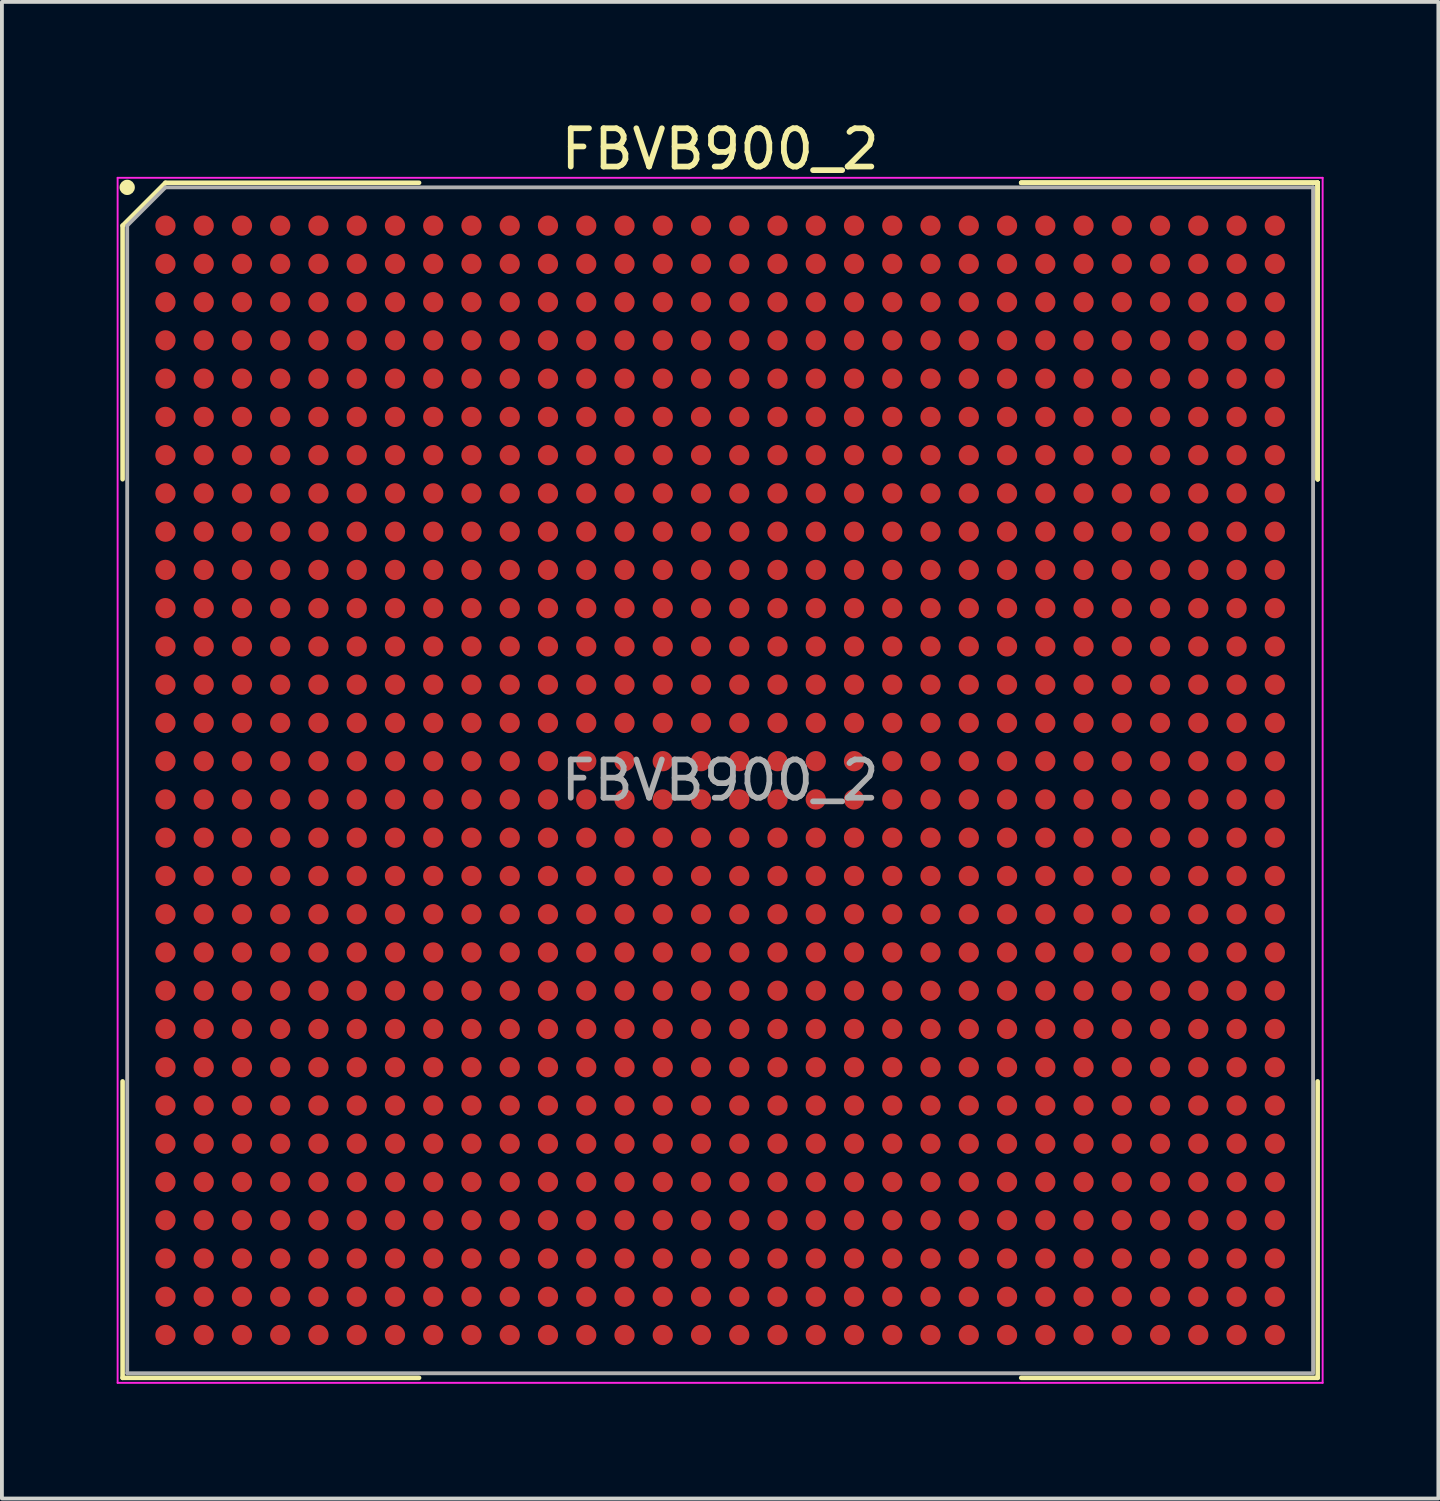
<source format=kicad_pcb>
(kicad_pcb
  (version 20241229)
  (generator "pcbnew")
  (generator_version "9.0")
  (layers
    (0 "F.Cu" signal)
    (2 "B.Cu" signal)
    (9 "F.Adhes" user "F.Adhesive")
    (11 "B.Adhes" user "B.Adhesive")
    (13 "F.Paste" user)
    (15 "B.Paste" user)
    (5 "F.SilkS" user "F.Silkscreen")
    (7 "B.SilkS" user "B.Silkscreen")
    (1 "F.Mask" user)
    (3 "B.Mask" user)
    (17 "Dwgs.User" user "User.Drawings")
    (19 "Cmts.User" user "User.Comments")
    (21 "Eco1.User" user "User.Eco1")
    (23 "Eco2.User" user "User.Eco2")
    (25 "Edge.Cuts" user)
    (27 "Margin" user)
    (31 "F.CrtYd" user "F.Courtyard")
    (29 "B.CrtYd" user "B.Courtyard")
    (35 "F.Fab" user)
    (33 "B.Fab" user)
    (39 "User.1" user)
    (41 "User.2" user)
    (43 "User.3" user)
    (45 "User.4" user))
  (footprint "FBVB900_2"
    (layer "F.Cu")
    (at 15.775 17.348)
    (property "Reference" "FBVB900_2" (at 0 -16.5 0) (layer "F.SilkS") (effects (font (size 1 1) (thickness 0.15))))
    (attr smd)
    (fp_line (start -15.62 -14.5) (end -15.62 -7.87) (stroke (width 0.12) (type solid)) (layer "F.SilkS"))
    (fp_line (start -15.62 15.62) (end -15.62 7.87) (stroke (width 0.12) (type solid)) (layer "F.SilkS"))
    (fp_line (start -14.5 -15.62) (end -15.62 -14.5) (stroke (width 0.12) (type solid)) (layer "F.SilkS"))
    (fp_line (start -7.87 -15.62) (end -14.5 -15.62) (stroke (width 0.12) (type solid)) (layer "F.SilkS"))
    (fp_line (start -7.87 15.62) (end -15.62 15.62) (stroke (width 0.12) (type solid)) (layer "F.SilkS"))
    (fp_line (start 7.87 -15.62) (end 15.62 -15.62) (stroke (width 0.12) (type solid)) (layer "F.SilkS"))
    (fp_line (start 7.87 -15.62) (end 15.62 -15.62) (stroke (width 0.12) (type solid)) (layer "F.SilkS"))
    (fp_line (start 7.87 -15.62) (end 15.62 -15.62) (stroke (width 0.12) (type solid)) (layer "F.SilkS"))
    (fp_line (start 7.87 15.62) (end 15.62 15.62) (stroke (width 0.12) (type solid)) (layer "F.SilkS"))
    (fp_line (start 15.62 -15.62) (end 15.62 -7.87) (stroke (width 0.12) (type solid)) (layer "F.SilkS"))
    (fp_line (start 15.62 -15.62) (end 15.62 -7.87) (stroke (width 0.12) (type solid)) (layer "F.SilkS"))
    (fp_line (start 15.62 -15.62) (end 15.62 -7.87) (stroke (width 0.12) (type solid)) (layer "F.SilkS"))
    (fp_line (start 15.62 15.62) (end 15.62 7.87) (stroke (width 0.12) (type solid)) (layer "F.SilkS"))
    (fp_circle (center -15.5 -15.5) (end -15.5 -15.4) (stroke (width 0.2) (type solid)) (fill no) (layer "F.SilkS"))
    (fp_line (start -15.75 -15.75) (end 15.75 -15.75) (stroke (width 0.05) (type solid)) (layer "F.CrtYd"))
    (fp_line (start -15.75 15.75) (end -15.75 -15.75) (stroke (width 0.05) (type solid)) (layer "F.CrtYd"))
    (fp_line (start 15.75 -15.75) (end 15.75 15.75) (stroke (width 0.05) (type solid)) (layer "F.CrtYd"))
    (fp_line (start 15.75 15.75) (end -15.75 15.75) (stroke (width 0.05) (type solid)) (layer "F.CrtYd"))
    (fp_line (start -15.5 -14.5) (end -15.5 15.5) (stroke (width 0.1) (type solid)) (layer "F.Fab"))
    (fp_line (start -15.5 15.5) (end 15.5 15.5) (stroke (width 0.1) (type solid)) (layer "F.Fab"))
    (fp_line (start -14.5 -15.5) (end -15.5 -14.5) (stroke (width 0.1) (type solid)) (layer "F.Fab"))
    (fp_line (start 15.5 -15.5) (end -14.5 -15.5) (stroke (width 0.1) (type solid)) (layer "F.Fab"))
    (fp_line (start 15.5 15.5) (end 15.5 -15.5) (stroke (width 0.1) (type solid)) (layer "F.Fab"))
    (fp_text user "${REFERENCE}" (at 0 0 0) (layer "F.Fab") (effects (font (size 1 1) (thickness 0.15))))
    (pad "A1" smd circle (at -14.5 -14.5) (size 0.53 0.53) (layers "F.Cu" "F.Mask" "F.Paste"))
    (pad "A2" smd circle (at -13.5 -14.5) (size 0.53 0.53) (layers "F.Cu" "F.Mask" "F.Paste"))
    (pad "A3" smd circle (at -12.5 -14.5) (size 0.53 0.53) (layers "F.Cu" "F.Mask" "F.Paste"))
    (pad "A4" smd circle (at -11.5 -14.5) (size 0.53 0.53) (layers "F.Cu" "F.Mask" "F.Paste"))
    (pad "A5" smd circle (at -10.5 -14.5) (size 0.53 0.53) (layers "F.Cu" "F.Mask" "F.Paste"))
    (pad "A6" smd circle (at -9.5 -14.5) (size 0.53 0.53) (layers "F.Cu" "F.Mask" "F.Paste"))
    (pad "A7" smd circle (at -8.5 -14.5) (size 0.53 0.53) (layers "F.Cu" "F.Mask" "F.Paste"))
    (pad "A8" smd circle (at -7.5 -14.5) (size 0.53 0.53) (layers "F.Cu" "F.Mask" "F.Paste"))
    (pad "A9" smd circle (at -6.5 -14.5) (size 0.53 0.53) (layers "F.Cu" "F.Mask" "F.Paste"))
    (pad "A10" smd circle (at -5.5 -14.5) (size 0.53 0.53) (layers "F.Cu" "F.Mask" "F.Paste"))
    (pad "A11" smd circle (at -4.5 -14.5) (size 0.53 0.53) (layers "F.Cu" "F.Mask" "F.Paste"))
    (pad "A12" smd circle (at -3.5 -14.5) (size 0.53 0.53) (layers "F.Cu" "F.Mask" "F.Paste"))
    (pad "A13" smd circle (at -2.5 -14.5) (size 0.53 0.53) (layers "F.Cu" "F.Mask" "F.Paste"))
    (pad "A14" smd circle (at -1.5 -14.5) (size 0.53 0.53) (layers "F.Cu" "F.Mask" "F.Paste"))
    (pad "A15" smd circle (at -0.5 -14.5) (size 0.53 0.53) (layers "F.Cu" "F.Mask" "F.Paste"))
    (pad "A16" smd circle (at 0.5 -14.5) (size 0.53 0.53) (layers "F.Cu" "F.Mask" "F.Paste"))
    (pad "A17" smd circle (at 1.5 -14.5) (size 0.53 0.53) (layers "F.Cu" "F.Mask" "F.Paste"))
    (pad "A18" smd circle (at 2.5 -14.5) (size 0.53 0.53) (layers "F.Cu" "F.Mask" "F.Paste"))
    (pad "A19" smd circle (at 3.5 -14.5) (size 0.53 0.53) (layers "F.Cu" "F.Mask" "F.Paste"))
    (pad "A20" smd circle (at 4.5 -14.5) (size 0.53 0.53) (layers "F.Cu" "F.Mask" "F.Paste"))
    (pad "A21" smd circle (at 5.5 -14.5) (size 0.53 0.53) (layers "F.Cu" "F.Mask" "F.Paste"))
    (pad "A22" smd circle (at 6.5 -14.5) (size 0.53 0.53) (layers "F.Cu" "F.Mask" "F.Paste"))
    (pad "A23" smd circle (at 7.5 -14.5) (size 0.53 0.53) (layers "F.Cu" "F.Mask" "F.Paste"))
    (pad "A24" smd circle (at 8.5 -14.5) (size 0.53 0.53) (layers "F.Cu" "F.Mask" "F.Paste"))
    (pad "A25" smd circle (at 9.5 -14.5) (size 0.53 0.53) (layers "F.Cu" "F.Mask" "F.Paste"))
    (pad "A26" smd circle (at 10.5 -14.5) (size 0.53 0.53) (layers "F.Cu" "F.Mask" "F.Paste"))
    (pad "A27" smd circle (at 11.5 -14.5) (size 0.53 0.53) (layers "F.Cu" "F.Mask" "F.Paste"))
    (pad "A28" smd circle (at 12.5 -14.5) (size 0.53 0.53) (layers "F.Cu" "F.Mask" "F.Paste"))
    (pad "A29" smd circle (at 13.5 -14.5) (size 0.53 0.53) (layers "F.Cu" "F.Mask" "F.Paste"))
    (pad "A30" smd circle (at 14.5 -14.5) (size 0.53 0.53) (layers "F.Cu" "F.Mask" "F.Paste"))
    (pad "AA1" smd circle (at -14.5 5.5) (size 0.53 0.53) (layers "F.Cu" "F.Mask" "F.Paste"))
    (pad "AA2" smd circle (at -13.5 5.5) (size 0.53 0.53) (layers "F.Cu" "F.Mask" "F.Paste"))
    (pad "AA3" smd circle (at -12.5 5.5) (size 0.53 0.53) (layers "F.Cu" "F.Mask" "F.Paste"))
    (pad "AA4" smd circle (at -11.5 5.5) (size 0.53 0.53) (layers "F.Cu" "F.Mask" "F.Paste"))
    (pad "AA5" smd circle (at -10.5 5.5) (size 0.53 0.53) (layers "F.Cu" "F.Mask" "F.Paste"))
    (pad "AA6" smd circle (at -9.5 5.5) (size 0.53 0.53) (layers "F.Cu" "F.Mask" "F.Paste"))
    (pad "AA7" smd circle (at -8.5 5.5) (size 0.53 0.53) (layers "F.Cu" "F.Mask" "F.Paste"))
    (pad "AA8" smd circle (at -7.5 5.5) (size 0.53 0.53) (layers "F.Cu" "F.Mask" "F.Paste"))
    (pad "AA9" smd circle (at -6.5 5.5) (size 0.53 0.53) (layers "F.Cu" "F.Mask" "F.Paste"))
    (pad "AA10" smd circle (at -5.5 5.5) (size 0.53 0.53) (layers "F.Cu" "F.Mask" "F.Paste"))
    (pad "AA11" smd circle (at -4.5 5.5) (size 0.53 0.53) (layers "F.Cu" "F.Mask" "F.Paste"))
    (pad "AA12" smd circle (at -3.5 5.5) (size 0.53 0.53) (layers "F.Cu" "F.Mask" "F.Paste"))
    (pad "AA13" smd circle (at -2.5 5.5) (size 0.53 0.53) (layers "F.Cu" "F.Mask" "F.Paste"))
    (pad "AA14" smd circle (at -1.5 5.5) (size 0.53 0.53) (layers "F.Cu" "F.Mask" "F.Paste"))
    (pad "AA15" smd circle (at -0.5 5.5) (size 0.53 0.53) (layers "F.Cu" "F.Mask" "F.Paste"))
    (pad "AA16" smd circle (at 0.5 5.5) (size 0.53 0.53) (layers "F.Cu" "F.Mask" "F.Paste"))
    (pad "AA17" smd circle (at 1.5 5.5) (size 0.53 0.53) (layers "F.Cu" "F.Mask" "F.Paste"))
    (pad "AA18" smd circle (at 2.5 5.5) (size 0.53 0.53) (layers "F.Cu" "F.Mask" "F.Paste"))
    (pad "AA19" smd circle (at 3.5 5.5) (size 0.53 0.53) (layers "F.Cu" "F.Mask" "F.Paste"))
    (pad "AA20" smd circle (at 4.5 5.5) (size 0.53 0.53) (layers "F.Cu" "F.Mask" "F.Paste"))
    (pad "AA21" smd circle (at 5.5 5.5) (size 0.53 0.53) (layers "F.Cu" "F.Mask" "F.Paste"))
    (pad "AA22" smd circle (at 6.5 5.5) (size 0.53 0.53) (layers "F.Cu" "F.Mask" "F.Paste"))
    (pad "AA23" smd circle (at 7.5 5.5) (size 0.53 0.53) (layers "F.Cu" "F.Mask" "F.Paste"))
    (pad "AA24" smd circle (at 8.5 5.5) (size 0.53 0.53) (layers "F.Cu" "F.Mask" "F.Paste"))
    (pad "AA25" smd circle (at 9.5 5.5) (size 0.53 0.53) (layers "F.Cu" "F.Mask" "F.Paste"))
    (pad "AA26" smd circle (at 10.5 5.5) (size 0.53 0.53) (layers "F.Cu" "F.Mask" "F.Paste"))
    (pad "AA27" smd circle (at 11.5 5.5) (size 0.53 0.53) (layers "F.Cu" "F.Mask" "F.Paste"))
    (pad "AA28" smd circle (at 12.5 5.5) (size 0.53 0.53) (layers "F.Cu" "F.Mask" "F.Paste"))
    (pad "AA29" smd circle (at 13.5 5.5) (size 0.53 0.53) (layers "F.Cu" "F.Mask" "F.Paste"))
    (pad "AA30" smd circle (at 14.5 5.5) (size 0.53 0.53) (layers "F.Cu" "F.Mask" "F.Paste"))
    (pad "AB1" smd circle (at -14.5 6.5) (size 0.53 0.53) (layers "F.Cu" "F.Mask" "F.Paste"))
    (pad "AB2" smd circle (at -13.5 6.5) (size 0.53 0.53) (layers "F.Cu" "F.Mask" "F.Paste"))
    (pad "AB3" smd circle (at -12.5 6.5) (size 0.53 0.53) (layers "F.Cu" "F.Mask" "F.Paste"))
    (pad "AB4" smd circle (at -11.5 6.5) (size 0.53 0.53) (layers "F.Cu" "F.Mask" "F.Paste"))
    (pad "AB5" smd circle (at -10.5 6.5) (size 0.53 0.53) (layers "F.Cu" "F.Mask" "F.Paste"))
    (pad "AB6" smd circle (at -9.5 6.5) (size 0.53 0.53) (layers "F.Cu" "F.Mask" "F.Paste"))
    (pad "AB7" smd circle (at -8.5 6.5) (size 0.53 0.53) (layers "F.Cu" "F.Mask" "F.Paste"))
    (pad "AB8" smd circle (at -7.5 6.5) (size 0.53 0.53) (layers "F.Cu" "F.Mask" "F.Paste"))
    (pad "AB9" smd circle (at -6.5 6.5) (size 0.53 0.53) (layers "F.Cu" "F.Mask" "F.Paste"))
    (pad "AB10" smd circle (at -5.5 6.5) (size 0.53 0.53) (layers "F.Cu" "F.Mask" "F.Paste"))
    (pad "AB11" smd circle (at -4.5 6.5) (size 0.53 0.53) (layers "F.Cu" "F.Mask" "F.Paste"))
    (pad "AB12" smd circle (at -3.5 6.5) (size 0.53 0.53) (layers "F.Cu" "F.Mask" "F.Paste"))
    (pad "AB13" smd circle (at -2.5 6.5) (size 0.53 0.53) (layers "F.Cu" "F.Mask" "F.Paste"))
    (pad "AB14" smd circle (at -1.5 6.5) (size 0.53 0.53) (layers "F.Cu" "F.Mask" "F.Paste"))
    (pad "AB15" smd circle (at -0.5 6.5) (size 0.53 0.53) (layers "F.Cu" "F.Mask" "F.Paste"))
    (pad "AB16" smd circle (at 0.5 6.5) (size 0.53 0.53) (layers "F.Cu" "F.Mask" "F.Paste"))
    (pad "AB17" smd circle (at 1.5 6.5) (size 0.53 0.53) (layers "F.Cu" "F.Mask" "F.Paste"))
    (pad "AB18" smd circle (at 2.5 6.5) (size 0.53 0.53) (layers "F.Cu" "F.Mask" "F.Paste"))
    (pad "AB19" smd circle (at 3.5 6.5) (size 0.53 0.53) (layers "F.Cu" "F.Mask" "F.Paste"))
    (pad "AB20" smd circle (at 4.5 6.5) (size 0.53 0.53) (layers "F.Cu" "F.Mask" "F.Paste"))
    (pad "AB21" smd circle (at 5.5 6.5) (size 0.53 0.53) (layers "F.Cu" "F.Mask" "F.Paste"))
    (pad "AB22" smd circle (at 6.5 6.5) (size 0.53 0.53) (layers "F.Cu" "F.Mask" "F.Paste"))
    (pad "AB23" smd circle (at 7.5 6.5) (size 0.53 0.53) (layers "F.Cu" "F.Mask" "F.Paste"))
    (pad "AB24" smd circle (at 8.5 6.5) (size 0.53 0.53) (layers "F.Cu" "F.Mask" "F.Paste"))
    (pad "AB25" smd circle (at 9.5 6.5) (size 0.53 0.53) (layers "F.Cu" "F.Mask" "F.Paste"))
    (pad "AB26" smd circle (at 10.5 6.5) (size 0.53 0.53) (layers "F.Cu" "F.Mask" "F.Paste"))
    (pad "AB27" smd circle (at 11.5 6.5) (size 0.53 0.53) (layers "F.Cu" "F.Mask" "F.Paste"))
    (pad "AB28" smd circle (at 12.5 6.5) (size 0.53 0.53) (layers "F.Cu" "F.Mask" "F.Paste"))
    (pad "AB29" smd circle (at 13.5 6.5) (size 0.53 0.53) (layers "F.Cu" "F.Mask" "F.Paste"))
    (pad "AB30" smd circle (at 14.5 6.5) (size 0.53 0.53) (layers "F.Cu" "F.Mask" "F.Paste"))
    (pad "AC1" smd circle (at -14.5 7.5) (size 0.53 0.53) (layers "F.Cu" "F.Mask" "F.Paste"))
    (pad "AC2" smd circle (at -13.5 7.5) (size 0.53 0.53) (layers "F.Cu" "F.Mask" "F.Paste"))
    (pad "AC3" smd circle (at -12.5 7.5) (size 0.53 0.53) (layers "F.Cu" "F.Mask" "F.Paste"))
    (pad "AC4" smd circle (at -11.5 7.5) (size 0.53 0.53) (layers "F.Cu" "F.Mask" "F.Paste"))
    (pad "AC5" smd circle (at -10.5 7.5) (size 0.53 0.53) (layers "F.Cu" "F.Mask" "F.Paste"))
    (pad "AC6" smd circle (at -9.5 7.5) (size 0.53 0.53) (layers "F.Cu" "F.Mask" "F.Paste"))
    (pad "AC7" smd circle (at -8.5 7.5) (size 0.53 0.53) (layers "F.Cu" "F.Mask" "F.Paste"))
    (pad "AC8" smd circle (at -7.5 7.5) (size 0.53 0.53) (layers "F.Cu" "F.Mask" "F.Paste"))
    (pad "AC9" smd circle (at -6.5 7.5) (size 0.53 0.53) (layers "F.Cu" "F.Mask" "F.Paste"))
    (pad "AC10" smd circle (at -5.5 7.5) (size 0.53 0.53) (layers "F.Cu" "F.Mask" "F.Paste"))
    (pad "AC11" smd circle (at -4.5 7.5) (size 0.53 0.53) (layers "F.Cu" "F.Mask" "F.Paste"))
    (pad "AC12" smd circle (at -3.5 7.5) (size 0.53 0.53) (layers "F.Cu" "F.Mask" "F.Paste"))
    (pad "AC13" smd circle (at -2.5 7.5) (size 0.53 0.53) (layers "F.Cu" "F.Mask" "F.Paste"))
    (pad "AC14" smd circle (at -1.5 7.5) (size 0.53 0.53) (layers "F.Cu" "F.Mask" "F.Paste"))
    (pad "AC15" smd circle (at -0.5 7.5) (size 0.53 0.53) (layers "F.Cu" "F.Mask" "F.Paste"))
    (pad "AC16" smd circle (at 0.5 7.5) (size 0.53 0.53) (layers "F.Cu" "F.Mask" "F.Paste"))
    (pad "AC17" smd circle (at 1.5 7.5) (size 0.53 0.53) (layers "F.Cu" "F.Mask" "F.Paste"))
    (pad "AC18" smd circle (at 2.5 7.5) (size 0.53 0.53) (layers "F.Cu" "F.Mask" "F.Paste"))
    (pad "AC19" smd circle (at 3.5 7.5) (size 0.53 0.53) (layers "F.Cu" "F.Mask" "F.Paste"))
    (pad "AC20" smd circle (at 4.5 7.5) (size 0.53 0.53) (layers "F.Cu" "F.Mask" "F.Paste"))
    (pad "AC21" smd circle (at 5.5 7.5) (size 0.53 0.53) (layers "F.Cu" "F.Mask" "F.Paste"))
    (pad "AC22" smd circle (at 6.5 7.5) (size 0.53 0.53) (layers "F.Cu" "F.Mask" "F.Paste"))
    (pad "AC23" smd circle (at 7.5 7.5) (size 0.53 0.53) (layers "F.Cu" "F.Mask" "F.Paste"))
    (pad "AC24" smd circle (at 8.5 7.5) (size 0.53 0.53) (layers "F.Cu" "F.Mask" "F.Paste"))
    (pad "AC25" smd circle (at 9.5 7.5) (size 0.53 0.53) (layers "F.Cu" "F.Mask" "F.Paste"))
    (pad "AC26" smd circle (at 10.5 7.5) (size 0.53 0.53) (layers "F.Cu" "F.Mask" "F.Paste"))
    (pad "AC27" smd circle (at 11.5 7.5) (size 0.53 0.53) (layers "F.Cu" "F.Mask" "F.Paste"))
    (pad "AC28" smd circle (at 12.5 7.5) (size 0.53 0.53) (layers "F.Cu" "F.Mask" "F.Paste"))
    (pad "AC29" smd circle (at 13.5 7.5) (size 0.53 0.53) (layers "F.Cu" "F.Mask" "F.Paste"))
    (pad "AC30" smd circle (at 14.5 7.5) (size 0.53 0.53) (layers "F.Cu" "F.Mask" "F.Paste"))
    (pad "AD1" smd circle (at -14.5 8.5) (size 0.53 0.53) (layers "F.Cu" "F.Mask" "F.Paste"))
    (pad "AD2" smd circle (at -13.5 8.5) (size 0.53 0.53) (layers "F.Cu" "F.Mask" "F.Paste"))
    (pad "AD3" smd circle (at -12.5 8.5) (size 0.53 0.53) (layers "F.Cu" "F.Mask" "F.Paste"))
    (pad "AD4" smd circle (at -11.5 8.5) (size 0.53 0.53) (layers "F.Cu" "F.Mask" "F.Paste"))
    (pad "AD5" smd circle (at -10.5 8.5) (size 0.53 0.53) (layers "F.Cu" "F.Mask" "F.Paste"))
    (pad "AD6" smd circle (at -9.5 8.5) (size 0.53 0.53) (layers "F.Cu" "F.Mask" "F.Paste"))
    (pad "AD7" smd circle (at -8.5 8.5) (size 0.53 0.53) (layers "F.Cu" "F.Mask" "F.Paste"))
    (pad "AD8" smd circle (at -7.5 8.5) (size 0.53 0.53) (layers "F.Cu" "F.Mask" "F.Paste"))
    (pad "AD9" smd circle (at -6.5 8.5) (size 0.53 0.53) (layers "F.Cu" "F.Mask" "F.Paste"))
    (pad "AD10" smd circle (at -5.5 8.5) (size 0.53 0.53) (layers "F.Cu" "F.Mask" "F.Paste"))
    (pad "AD11" smd circle (at -4.5 8.5) (size 0.53 0.53) (layers "F.Cu" "F.Mask" "F.Paste"))
    (pad "AD12" smd circle (at -3.5 8.5) (size 0.53 0.53) (layers "F.Cu" "F.Mask" "F.Paste"))
    (pad "AD13" smd circle (at -2.5 8.5) (size 0.53 0.53) (layers "F.Cu" "F.Mask" "F.Paste"))
    (pad "AD14" smd circle (at -1.5 8.5) (size 0.53 0.53) (layers "F.Cu" "F.Mask" "F.Paste"))
    (pad "AD15" smd circle (at -0.5 8.5) (size 0.53 0.53) (layers "F.Cu" "F.Mask" "F.Paste"))
    (pad "AD16" smd circle (at 0.5 8.5) (size 0.53 0.53) (layers "F.Cu" "F.Mask" "F.Paste"))
    (pad "AD17" smd circle (at 1.5 8.5) (size 0.53 0.53) (layers "F.Cu" "F.Mask" "F.Paste"))
    (pad "AD18" smd circle (at 2.5 8.5) (size 0.53 0.53) (layers "F.Cu" "F.Mask" "F.Paste"))
    (pad "AD19" smd circle (at 3.5 8.5) (size 0.53 0.53) (layers "F.Cu" "F.Mask" "F.Paste"))
    (pad "AD20" smd circle (at 4.5 8.5) (size 0.53 0.53) (layers "F.Cu" "F.Mask" "F.Paste"))
    (pad "AD21" smd circle (at 5.5 8.5) (size 0.53 0.53) (layers "F.Cu" "F.Mask" "F.Paste"))
    (pad "AD22" smd circle (at 6.5 8.5) (size 0.53 0.53) (layers "F.Cu" "F.Mask" "F.Paste"))
    (pad "AD23" smd circle (at 7.5 8.5) (size 0.53 0.53) (layers "F.Cu" "F.Mask" "F.Paste"))
    (pad "AD24" smd circle (at 8.5 8.5) (size 0.53 0.53) (layers "F.Cu" "F.Mask" "F.Paste"))
    (pad "AD25" smd circle (at 9.5 8.5) (size 0.53 0.53) (layers "F.Cu" "F.Mask" "F.Paste"))
    (pad "AD26" smd circle (at 10.5 8.5) (size 0.53 0.53) (layers "F.Cu" "F.Mask" "F.Paste"))
    (pad "AD27" smd circle (at 11.5 8.5) (size 0.53 0.53) (layers "F.Cu" "F.Mask" "F.Paste"))
    (pad "AD28" smd circle (at 12.5 8.5) (size 0.53 0.53) (layers "F.Cu" "F.Mask" "F.Paste"))
    (pad "AD29" smd circle (at 13.5 8.5) (size 0.53 0.53) (layers "F.Cu" "F.Mask" "F.Paste"))
    (pad "AD30" smd circle (at 14.5 8.5) (size 0.53 0.53) (layers "F.Cu" "F.Mask" "F.Paste"))
    (pad "AE1" smd circle (at -14.5 9.5) (size 0.53 0.53) (layers "F.Cu" "F.Mask" "F.Paste"))
    (pad "AE2" smd circle (at -13.5 9.5) (size 0.53 0.53) (layers "F.Cu" "F.Mask" "F.Paste"))
    (pad "AE3" smd circle (at -12.5 9.5) (size 0.53 0.53) (layers "F.Cu" "F.Mask" "F.Paste"))
    (pad "AE4" smd circle (at -11.5 9.5) (size 0.53 0.53) (layers "F.Cu" "F.Mask" "F.Paste"))
    (pad "AE5" smd circle (at -10.5 9.5) (size 0.53 0.53) (layers "F.Cu" "F.Mask" "F.Paste"))
    (pad "AE6" smd circle (at -9.5 9.5) (size 0.53 0.53) (layers "F.Cu" "F.Mask" "F.Paste"))
    (pad "AE7" smd circle (at -8.5 9.5) (size 0.53 0.53) (layers "F.Cu" "F.Mask" "F.Paste"))
    (pad "AE8" smd circle (at -7.5 9.5) (size 0.53 0.53) (layers "F.Cu" "F.Mask" "F.Paste"))
    (pad "AE9" smd circle (at -6.5 9.5) (size 0.53 0.53) (layers "F.Cu" "F.Mask" "F.Paste"))
    (pad "AE10" smd circle (at -5.5 9.5) (size 0.53 0.53) (layers "F.Cu" "F.Mask" "F.Paste"))
    (pad "AE11" smd circle (at -4.5 9.5) (size 0.53 0.53) (layers "F.Cu" "F.Mask" "F.Paste"))
    (pad "AE12" smd circle (at -3.5 9.5) (size 0.53 0.53) (layers "F.Cu" "F.Mask" "F.Paste"))
    (pad "AE13" smd circle (at -2.5 9.5) (size 0.53 0.53) (layers "F.Cu" "F.Mask" "F.Paste"))
    (pad "AE14" smd circle (at -1.5 9.5) (size 0.53 0.53) (layers "F.Cu" "F.Mask" "F.Paste"))
    (pad "AE15" smd circle (at -0.5 9.5) (size 0.53 0.53) (layers "F.Cu" "F.Mask" "F.Paste"))
    (pad "AE16" smd circle (at 0.5 9.5) (size 0.53 0.53) (layers "F.Cu" "F.Mask" "F.Paste"))
    (pad "AE17" smd circle (at 1.5 9.5) (size 0.53 0.53) (layers "F.Cu" "F.Mask" "F.Paste"))
    (pad "AE18" smd circle (at 2.5 9.5) (size 0.53 0.53) (layers "F.Cu" "F.Mask" "F.Paste"))
    (pad "AE19" smd circle (at 3.5 9.5) (size 0.53 0.53) (layers "F.Cu" "F.Mask" "F.Paste"))
    (pad "AE20" smd circle (at 4.5 9.5) (size 0.53 0.53) (layers "F.Cu" "F.Mask" "F.Paste"))
    (pad "AE21" smd circle (at 5.5 9.5) (size 0.53 0.53) (layers "F.Cu" "F.Mask" "F.Paste"))
    (pad "AE22" smd circle (at 6.5 9.5) (size 0.53 0.53) (layers "F.Cu" "F.Mask" "F.Paste"))
    (pad "AE23" smd circle (at 7.5 9.5) (size 0.53 0.53) (layers "F.Cu" "F.Mask" "F.Paste"))
    (pad "AE24" smd circle (at 8.5 9.5) (size 0.53 0.53) (layers "F.Cu" "F.Mask" "F.Paste"))
    (pad "AE25" smd circle (at 9.5 9.5) (size 0.53 0.53) (layers "F.Cu" "F.Mask" "F.Paste"))
    (pad "AE26" smd circle (at 10.5 9.5) (size 0.53 0.53) (layers "F.Cu" "F.Mask" "F.Paste"))
    (pad "AE27" smd circle (at 11.5 9.5) (size 0.53 0.53) (layers "F.Cu" "F.Mask" "F.Paste"))
    (pad "AE28" smd circle (at 12.5 9.5) (size 0.53 0.53) (layers "F.Cu" "F.Mask" "F.Paste"))
    (pad "AE29" smd circle (at 13.5 9.5) (size 0.53 0.53) (layers "F.Cu" "F.Mask" "F.Paste"))
    (pad "AE30" smd circle (at 14.5 9.5) (size 0.53 0.53) (layers "F.Cu" "F.Mask" "F.Paste"))
    (pad "AF1" smd circle (at -14.5 10.5) (size 0.53 0.53) (layers "F.Cu" "F.Mask" "F.Paste"))
    (pad "AF2" smd circle (at -13.5 10.5) (size 0.53 0.53) (layers "F.Cu" "F.Mask" "F.Paste"))
    (pad "AF3" smd circle (at -12.5 10.5) (size 0.53 0.53) (layers "F.Cu" "F.Mask" "F.Paste"))
    (pad "AF4" smd circle (at -11.5 10.5) (size 0.53 0.53) (layers "F.Cu" "F.Mask" "F.Paste"))
    (pad "AF5" smd circle (at -10.5 10.5) (size 0.53 0.53) (layers "F.Cu" "F.Mask" "F.Paste"))
    (pad "AF6" smd circle (at -9.5 10.5) (size 0.53 0.53) (layers "F.Cu" "F.Mask" "F.Paste"))
    (pad "AF7" smd circle (at -8.5 10.5) (size 0.53 0.53) (layers "F.Cu" "F.Mask" "F.Paste"))
    (pad "AF8" smd circle (at -7.5 10.5) (size 0.53 0.53) (layers "F.Cu" "F.Mask" "F.Paste"))
    (pad "AF9" smd circle (at -6.5 10.5) (size 0.53 0.53) (layers "F.Cu" "F.Mask" "F.Paste"))
    (pad "AF10" smd circle (at -5.5 10.5) (size 0.53 0.53) (layers "F.Cu" "F.Mask" "F.Paste"))
    (pad "AF11" smd circle (at -4.5 10.5) (size 0.53 0.53) (layers "F.Cu" "F.Mask" "F.Paste"))
    (pad "AF12" smd circle (at -3.5 10.5) (size 0.53 0.53) (layers "F.Cu" "F.Mask" "F.Paste"))
    (pad "AF13" smd circle (at -2.5 10.5) (size 0.53 0.53) (layers "F.Cu" "F.Mask" "F.Paste"))
    (pad "AF14" smd circle (at -1.5 10.5) (size 0.53 0.53) (layers "F.Cu" "F.Mask" "F.Paste"))
    (pad "AF15" smd circle (at -0.5 10.5) (size 0.53 0.53) (layers "F.Cu" "F.Mask" "F.Paste"))
    (pad "AF16" smd circle (at 0.5 10.5) (size 0.53 0.53) (layers "F.Cu" "F.Mask" "F.Paste"))
    (pad "AF17" smd circle (at 1.5 10.5) (size 0.53 0.53) (layers "F.Cu" "F.Mask" "F.Paste"))
    (pad "AF18" smd circle (at 2.5 10.5) (size 0.53 0.53) (layers "F.Cu" "F.Mask" "F.Paste"))
    (pad "AF19" smd circle (at 3.5 10.5) (size 0.53 0.53) (layers "F.Cu" "F.Mask" "F.Paste"))
    (pad "AF20" smd circle (at 4.5 10.5) (size 0.53 0.53) (layers "F.Cu" "F.Mask" "F.Paste"))
    (pad "AF21" smd circle (at 5.5 10.5) (size 0.53 0.53) (layers "F.Cu" "F.Mask" "F.Paste"))
    (pad "AF22" smd circle (at 6.5 10.5) (size 0.53 0.53) (layers "F.Cu" "F.Mask" "F.Paste"))
    (pad "AF23" smd circle (at 7.5 10.5) (size 0.53 0.53) (layers "F.Cu" "F.Mask" "F.Paste"))
    (pad "AF24" smd circle (at 8.5 10.5) (size 0.53 0.53) (layers "F.Cu" "F.Mask" "F.Paste"))
    (pad "AF25" smd circle (at 9.5 10.5) (size 0.53 0.53) (layers "F.Cu" "F.Mask" "F.Paste"))
    (pad "AF26" smd circle (at 10.5 10.5) (size 0.53 0.53) (layers "F.Cu" "F.Mask" "F.Paste"))
    (pad "AF27" smd circle (at 11.5 10.5) (size 0.53 0.53) (layers "F.Cu" "F.Mask" "F.Paste"))
    (pad "AF28" smd circle (at 12.5 10.5) (size 0.53 0.53) (layers "F.Cu" "F.Mask" "F.Paste"))
    (pad "AF29" smd circle (at 13.5 10.5) (size 0.53 0.53) (layers "F.Cu" "F.Mask" "F.Paste"))
    (pad "AF30" smd circle (at 14.5 10.5) (size 0.53 0.53) (layers "F.Cu" "F.Mask" "F.Paste"))
    (pad "AG1" smd circle (at -14.5 11.5) (size 0.53 0.53) (layers "F.Cu" "F.Mask" "F.Paste"))
    (pad "AG2" smd circle (at -13.5 11.5) (size 0.53 0.53) (layers "F.Cu" "F.Mask" "F.Paste"))
    (pad "AG3" smd circle (at -12.5 11.5) (size 0.53 0.53) (layers "F.Cu" "F.Mask" "F.Paste"))
    (pad "AG4" smd circle (at -11.5 11.5) (size 0.53 0.53) (layers "F.Cu" "F.Mask" "F.Paste"))
    (pad "AG5" smd circle (at -10.5 11.5) (size 0.53 0.53) (layers "F.Cu" "F.Mask" "F.Paste"))
    (pad "AG6" smd circle (at -9.5 11.5) (size 0.53 0.53) (layers "F.Cu" "F.Mask" "F.Paste"))
    (pad "AG7" smd circle (at -8.5 11.5) (size 0.53 0.53) (layers "F.Cu" "F.Mask" "F.Paste"))
    (pad "AG8" smd circle (at -7.5 11.5) (size 0.53 0.53) (layers "F.Cu" "F.Mask" "F.Paste"))
    (pad "AG9" smd circle (at -6.5 11.5) (size 0.53 0.53) (layers "F.Cu" "F.Mask" "F.Paste"))
    (pad "AG10" smd circle (at -5.5 11.5) (size 0.53 0.53) (layers "F.Cu" "F.Mask" "F.Paste"))
    (pad "AG11" smd circle (at -4.5 11.5) (size 0.53 0.53) (layers "F.Cu" "F.Mask" "F.Paste"))
    (pad "AG12" smd circle (at -3.5 11.5) (size 0.53 0.53) (layers "F.Cu" "F.Mask" "F.Paste"))
    (pad "AG13" smd circle (at -2.5 11.5) (size 0.53 0.53) (layers "F.Cu" "F.Mask" "F.Paste"))
    (pad "AG14" smd circle (at -1.5 11.5) (size 0.53 0.53) (layers "F.Cu" "F.Mask" "F.Paste"))
    (pad "AG15" smd circle (at -0.5 11.5) (size 0.53 0.53) (layers "F.Cu" "F.Mask" "F.Paste"))
    (pad "AG16" smd circle (at 0.5 11.5) (size 0.53 0.53) (layers "F.Cu" "F.Mask" "F.Paste"))
    (pad "AG17" smd circle (at 1.5 11.5) (size 0.53 0.53) (layers "F.Cu" "F.Mask" "F.Paste"))
    (pad "AG18" smd circle (at 2.5 11.5) (size 0.53 0.53) (layers "F.Cu" "F.Mask" "F.Paste"))
    (pad "AG19" smd circle (at 3.5 11.5) (size 0.53 0.53) (layers "F.Cu" "F.Mask" "F.Paste"))
    (pad "AG20" smd circle (at 4.5 11.5) (size 0.53 0.53) (layers "F.Cu" "F.Mask" "F.Paste"))
    (pad "AG21" smd circle (at 5.5 11.5) (size 0.53 0.53) (layers "F.Cu" "F.Mask" "F.Paste"))
    (pad "AG22" smd circle (at 6.5 11.5) (size 0.53 0.53) (layers "F.Cu" "F.Mask" "F.Paste"))
    (pad "AG23" smd circle (at 7.5 11.5) (size 0.53 0.53) (layers "F.Cu" "F.Mask" "F.Paste"))
    (pad "AG24" smd circle (at 8.5 11.5) (size 0.53 0.53) (layers "F.Cu" "F.Mask" "F.Paste"))
    (pad "AG25" smd circle (at 9.5 11.5) (size 0.53 0.53) (layers "F.Cu" "F.Mask" "F.Paste"))
    (pad "AG26" smd circle (at 10.5 11.5) (size 0.53 0.53) (layers "F.Cu" "F.Mask" "F.Paste"))
    (pad "AG27" smd circle (at 11.5 11.5) (size 0.53 0.53) (layers "F.Cu" "F.Mask" "F.Paste"))
    (pad "AG28" smd circle (at 12.5 11.5) (size 0.53 0.53) (layers "F.Cu" "F.Mask" "F.Paste"))
    (pad "AG29" smd circle (at 13.5 11.5) (size 0.53 0.53) (layers "F.Cu" "F.Mask" "F.Paste"))
    (pad "AG30" smd circle (at 14.5 11.5) (size 0.53 0.53) (layers "F.Cu" "F.Mask" "F.Paste"))
    (pad "AH1" smd circle (at -14.5 12.5) (size 0.53 0.53) (layers "F.Cu" "F.Mask" "F.Paste"))
    (pad "AH2" smd circle (at -13.5 12.5) (size 0.53 0.53) (layers "F.Cu" "F.Mask" "F.Paste"))
    (pad "AH3" smd circle (at -12.5 12.5) (size 0.53 0.53) (layers "F.Cu" "F.Mask" "F.Paste"))
    (pad "AH4" smd circle (at -11.5 12.5) (size 0.53 0.53) (layers "F.Cu" "F.Mask" "F.Paste"))
    (pad "AH5" smd circle (at -10.5 12.5) (size 0.53 0.53) (layers "F.Cu" "F.Mask" "F.Paste"))
    (pad "AH6" smd circle (at -9.5 12.5) (size 0.53 0.53) (layers "F.Cu" "F.Mask" "F.Paste"))
    (pad "AH7" smd circle (at -8.5 12.5) (size 0.53 0.53) (layers "F.Cu" "F.Mask" "F.Paste"))
    (pad "AH8" smd circle (at -7.5 12.5) (size 0.53 0.53) (layers "F.Cu" "F.Mask" "F.Paste"))
    (pad "AH9" smd circle (at -6.5 12.5) (size 0.53 0.53) (layers "F.Cu" "F.Mask" "F.Paste"))
    (pad "AH10" smd circle (at -5.5 12.5) (size 0.53 0.53) (layers "F.Cu" "F.Mask" "F.Paste"))
    (pad "AH11" smd circle (at -4.5 12.5) (size 0.53 0.53) (layers "F.Cu" "F.Mask" "F.Paste"))
    (pad "AH12" smd circle (at -3.5 12.5) (size 0.53 0.53) (layers "F.Cu" "F.Mask" "F.Paste"))
    (pad "AH13" smd circle (at -2.5 12.5) (size 0.53 0.53) (layers "F.Cu" "F.Mask" "F.Paste"))
    (pad "AH14" smd circle (at -1.5 12.5) (size 0.53 0.53) (layers "F.Cu" "F.Mask" "F.Paste"))
    (pad "AH15" smd circle (at -0.5 12.5) (size 0.53 0.53) (layers "F.Cu" "F.Mask" "F.Paste"))
    (pad "AH16" smd circle (at 0.5 12.5) (size 0.53 0.53) (layers "F.Cu" "F.Mask" "F.Paste"))
    (pad "AH17" smd circle (at 1.5 12.5) (size 0.53 0.53) (layers "F.Cu" "F.Mask" "F.Paste"))
    (pad "AH18" smd circle (at 2.5 12.5) (size 0.53 0.53) (layers "F.Cu" "F.Mask" "F.Paste"))
    (pad "AH19" smd circle (at 3.5 12.5) (size 0.53 0.53) (layers "F.Cu" "F.Mask" "F.Paste"))
    (pad "AH20" smd circle (at 4.5 12.5) (size 0.53 0.53) (layers "F.Cu" "F.Mask" "F.Paste"))
    (pad "AH21" smd circle (at 5.5 12.5) (size 0.53 0.53) (layers "F.Cu" "F.Mask" "F.Paste"))
    (pad "AH22" smd circle (at 6.5 12.5) (size 0.53 0.53) (layers "F.Cu" "F.Mask" "F.Paste"))
    (pad "AH23" smd circle (at 7.5 12.5) (size 0.53 0.53) (layers "F.Cu" "F.Mask" "F.Paste"))
    (pad "AH24" smd circle (at 8.5 12.5) (size 0.53 0.53) (layers "F.Cu" "F.Mask" "F.Paste"))
    (pad "AH25" smd circle (at 9.5 12.5) (size 0.53 0.53) (layers "F.Cu" "F.Mask" "F.Paste"))
    (pad "AH26" smd circle (at 10.5 12.5) (size 0.53 0.53) (layers "F.Cu" "F.Mask" "F.Paste"))
    (pad "AH27" smd circle (at 11.5 12.5) (size 0.53 0.53) (layers "F.Cu" "F.Mask" "F.Paste"))
    (pad "AH28" smd circle (at 12.5 12.5) (size 0.53 0.53) (layers "F.Cu" "F.Mask" "F.Paste"))
    (pad "AH29" smd circle (at 13.5 12.5) (size 0.53 0.53) (layers "F.Cu" "F.Mask" "F.Paste"))
    (pad "AH30" smd circle (at 14.5 12.5) (size 0.53 0.53) (layers "F.Cu" "F.Mask" "F.Paste"))
    (pad "AJ1" smd circle (at -14.5 13.5) (size 0.53 0.53) (layers "F.Cu" "F.Mask" "F.Paste"))
    (pad "AJ2" smd circle (at -13.5 13.5) (size 0.53 0.53) (layers "F.Cu" "F.Mask" "F.Paste"))
    (pad "AJ3" smd circle (at -12.5 13.5) (size 0.53 0.53) (layers "F.Cu" "F.Mask" "F.Paste"))
    (pad "AJ4" smd circle (at -11.5 13.5) (size 0.53 0.53) (layers "F.Cu" "F.Mask" "F.Paste"))
    (pad "AJ5" smd circle (at -10.5 13.5) (size 0.53 0.53) (layers "F.Cu" "F.Mask" "F.Paste"))
    (pad "AJ6" smd circle (at -9.5 13.5) (size 0.53 0.53) (layers "F.Cu" "F.Mask" "F.Paste"))
    (pad "AJ7" smd circle (at -8.5 13.5) (size 0.53 0.53) (layers "F.Cu" "F.Mask" "F.Paste"))
    (pad "AJ8" smd circle (at -7.5 13.5) (size 0.53 0.53) (layers "F.Cu" "F.Mask" "F.Paste"))
    (pad "AJ9" smd circle (at -6.5 13.5) (size 0.53 0.53) (layers "F.Cu" "F.Mask" "F.Paste"))
    (pad "AJ10" smd circle (at -5.5 13.5) (size 0.53 0.53) (layers "F.Cu" "F.Mask" "F.Paste"))
    (pad "AJ11" smd circle (at -4.5 13.5) (size 0.53 0.53) (layers "F.Cu" "F.Mask" "F.Paste"))
    (pad "AJ12" smd circle (at -3.5 13.5) (size 0.53 0.53) (layers "F.Cu" "F.Mask" "F.Paste"))
    (pad "AJ13" smd circle (at -2.5 13.5) (size 0.53 0.53) (layers "F.Cu" "F.Mask" "F.Paste"))
    (pad "AJ14" smd circle (at -1.5 13.5) (size 0.53 0.53) (layers "F.Cu" "F.Mask" "F.Paste"))
    (pad "AJ15" smd circle (at -0.5 13.5) (size 0.53 0.53) (layers "F.Cu" "F.Mask" "F.Paste"))
    (pad "AJ16" smd circle (at 0.5 13.5) (size 0.53 0.53) (layers "F.Cu" "F.Mask" "F.Paste"))
    (pad "AJ17" smd circle (at 1.5 13.5) (size 0.53 0.53) (layers "F.Cu" "F.Mask" "F.Paste"))
    (pad "AJ18" smd circle (at 2.5 13.5) (size 0.53 0.53) (layers "F.Cu" "F.Mask" "F.Paste"))
    (pad "AJ19" smd circle (at 3.5 13.5) (size 0.53 0.53) (layers "F.Cu" "F.Mask" "F.Paste"))
    (pad "AJ20" smd circle (at 4.5 13.5) (size 0.53 0.53) (layers "F.Cu" "F.Mask" "F.Paste"))
    (pad "AJ21" smd circle (at 5.5 13.5) (size 0.53 0.53) (layers "F.Cu" "F.Mask" "F.Paste"))
    (pad "AJ22" smd circle (at 6.5 13.5) (size 0.53 0.53) (layers "F.Cu" "F.Mask" "F.Paste"))
    (pad "AJ23" smd circle (at 7.5 13.5) (size 0.53 0.53) (layers "F.Cu" "F.Mask" "F.Paste"))
    (pad "AJ24" smd circle (at 8.5 13.5) (size 0.53 0.53) (layers "F.Cu" "F.Mask" "F.Paste"))
    (pad "AJ25" smd circle (at 9.5 13.5) (size 0.53 0.53) (layers "F.Cu" "F.Mask" "F.Paste"))
    (pad "AJ26" smd circle (at 10.5 13.5) (size 0.53 0.53) (layers "F.Cu" "F.Mask" "F.Paste"))
    (pad "AJ27" smd circle (at 11.5 13.5) (size 0.53 0.53) (layers "F.Cu" "F.Mask" "F.Paste"))
    (pad "AJ28" smd circle (at 12.5 13.5) (size 0.53 0.53) (layers "F.Cu" "F.Mask" "F.Paste"))
    (pad "AJ29" smd circle (at 13.5 13.5) (size 0.53 0.53) (layers "F.Cu" "F.Mask" "F.Paste"))
    (pad "AJ30" smd circle (at 14.5 13.5) (size 0.53 0.53) (layers "F.Cu" "F.Mask" "F.Paste"))
    (pad "AK1" smd circle (at -14.5 14.5) (size 0.53 0.53) (layers "F.Cu" "F.Mask" "F.Paste"))
    (pad "AK2" smd circle (at -13.5 14.5) (size 0.53 0.53) (layers "F.Cu" "F.Mask" "F.Paste"))
    (pad "AK3" smd circle (at -12.5 14.5) (size 0.53 0.53) (layers "F.Cu" "F.Mask" "F.Paste"))
    (pad "AK4" smd circle (at -11.5 14.5) (size 0.53 0.53) (layers "F.Cu" "F.Mask" "F.Paste"))
    (pad "AK5" smd circle (at -10.5 14.5) (size 0.53 0.53) (layers "F.Cu" "F.Mask" "F.Paste"))
    (pad "AK6" smd circle (at -9.5 14.5) (size 0.53 0.53) (layers "F.Cu" "F.Mask" "F.Paste"))
    (pad "AK7" smd circle (at -8.5 14.5) (size 0.53 0.53) (layers "F.Cu" "F.Mask" "F.Paste"))
    (pad "AK8" smd circle (at -7.5 14.5) (size 0.53 0.53) (layers "F.Cu" "F.Mask" "F.Paste"))
    (pad "AK9" smd circle (at -6.5 14.5) (size 0.53 0.53) (layers "F.Cu" "F.Mask" "F.Paste"))
    (pad "AK10" smd circle (at -5.5 14.5) (size 0.53 0.53) (layers "F.Cu" "F.Mask" "F.Paste"))
    (pad "AK11" smd circle (at -4.5 14.5) (size 0.53 0.53) (layers "F.Cu" "F.Mask" "F.Paste"))
    (pad "AK12" smd circle (at -3.5 14.5) (size 0.53 0.53) (layers "F.Cu" "F.Mask" "F.Paste"))
    (pad "AK13" smd circle (at -2.5 14.5) (size 0.53 0.53) (layers "F.Cu" "F.Mask" "F.Paste"))
    (pad "AK14" smd circle (at -1.5 14.5) (size 0.53 0.53) (layers "F.Cu" "F.Mask" "F.Paste"))
    (pad "AK15" smd circle (at -0.5 14.5) (size 0.53 0.53) (layers "F.Cu" "F.Mask" "F.Paste"))
    (pad "AK16" smd circle (at 0.5 14.5) (size 0.53 0.53) (layers "F.Cu" "F.Mask" "F.Paste"))
    (pad "AK17" smd circle (at 1.5 14.5) (size 0.53 0.53) (layers "F.Cu" "F.Mask" "F.Paste"))
    (pad "AK18" smd circle (at 2.5 14.5) (size 0.53 0.53) (layers "F.Cu" "F.Mask" "F.Paste"))
    (pad "AK19" smd circle (at 3.5 14.5) (size 0.53 0.53) (layers "F.Cu" "F.Mask" "F.Paste"))
    (pad "AK20" smd circle (at 4.5 14.5) (size 0.53 0.53) (layers "F.Cu" "F.Mask" "F.Paste"))
    (pad "AK21" smd circle (at 5.5 14.5) (size 0.53 0.53) (layers "F.Cu" "F.Mask" "F.Paste"))
    (pad "AK22" smd circle (at 6.5 14.5) (size 0.53 0.53) (layers "F.Cu" "F.Mask" "F.Paste"))
    (pad "AK23" smd circle (at 7.5 14.5) (size 0.53 0.53) (layers "F.Cu" "F.Mask" "F.Paste"))
    (pad "AK24" smd circle (at 8.5 14.5) (size 0.53 0.53) (layers "F.Cu" "F.Mask" "F.Paste"))
    (pad "AK25" smd circle (at 9.5 14.5) (size 0.53 0.53) (layers "F.Cu" "F.Mask" "F.Paste"))
    (pad "AK26" smd circle (at 10.5 14.5) (size 0.53 0.53) (layers "F.Cu" "F.Mask" "F.Paste"))
    (pad "AK27" smd circle (at 11.5 14.5) (size 0.53 0.53) (layers "F.Cu" "F.Mask" "F.Paste"))
    (pad "AK28" smd circle (at 12.5 14.5) (size 0.53 0.53) (layers "F.Cu" "F.Mask" "F.Paste"))
    (pad "AK29" smd circle (at 13.5 14.5) (size 0.53 0.53) (layers "F.Cu" "F.Mask" "F.Paste"))
    (pad "AK30" smd circle (at 14.5 14.5) (size 0.53 0.53) (layers "F.Cu" "F.Mask" "F.Paste"))
    (pad "B1" smd circle (at -14.5 -13.5) (size 0.53 0.53) (layers "F.Cu" "F.Mask" "F.Paste"))
    (pad "B2" smd circle (at -13.5 -13.5) (size 0.53 0.53) (layers "F.Cu" "F.Mask" "F.Paste"))
    (pad "B3" smd circle (at -12.5 -13.5) (size 0.53 0.53) (layers "F.Cu" "F.Mask" "F.Paste"))
    (pad "B4" smd circle (at -11.5 -13.5) (size 0.53 0.53) (layers "F.Cu" "F.Mask" "F.Paste"))
    (pad "B5" smd circle (at -10.5 -13.5) (size 0.53 0.53) (layers "F.Cu" "F.Mask" "F.Paste"))
    (pad "B6" smd circle (at -9.5 -13.5) (size 0.53 0.53) (layers "F.Cu" "F.Mask" "F.Paste"))
    (pad "B7" smd circle (at -8.5 -13.5) (size 0.53 0.53) (layers "F.Cu" "F.Mask" "F.Paste"))
    (pad "B8" smd circle (at -7.5 -13.5) (size 0.53 0.53) (layers "F.Cu" "F.Mask" "F.Paste"))
    (pad "B9" smd circle (at -6.5 -13.5) (size 0.53 0.53) (layers "F.Cu" "F.Mask" "F.Paste"))
    (pad "B10" smd circle (at -5.5 -13.5) (size 0.53 0.53) (layers "F.Cu" "F.Mask" "F.Paste"))
    (pad "B11" smd circle (at -4.5 -13.5) (size 0.53 0.53) (layers "F.Cu" "F.Mask" "F.Paste"))
    (pad "B12" smd circle (at -3.5 -13.5) (size 0.53 0.53) (layers "F.Cu" "F.Mask" "F.Paste"))
    (pad "B13" smd circle (at -2.5 -13.5) (size 0.53 0.53) (layers "F.Cu" "F.Mask" "F.Paste"))
    (pad "B14" smd circle (at -1.5 -13.5) (size 0.53 0.53) (layers "F.Cu" "F.Mask" "F.Paste"))
    (pad "B15" smd circle (at -0.5 -13.5) (size 0.53 0.53) (layers "F.Cu" "F.Mask" "F.Paste"))
    (pad "B16" smd circle (at 0.5 -13.5) (size 0.53 0.53) (layers "F.Cu" "F.Mask" "F.Paste"))
    (pad "B17" smd circle (at 1.5 -13.5) (size 0.53 0.53) (layers "F.Cu" "F.Mask" "F.Paste"))
    (pad "B18" smd circle (at 2.5 -13.5) (size 0.53 0.53) (layers "F.Cu" "F.Mask" "F.Paste"))
    (pad "B19" smd circle (at 3.5 -13.5) (size 0.53 0.53) (layers "F.Cu" "F.Mask" "F.Paste"))
    (pad "B20" smd circle (at 4.5 -13.5) (size 0.53 0.53) (layers "F.Cu" "F.Mask" "F.Paste"))
    (pad "B21" smd circle (at 5.5 -13.5) (size 0.53 0.53) (layers "F.Cu" "F.Mask" "F.Paste"))
    (pad "B22" smd circle (at 6.5 -13.5) (size 0.53 0.53) (layers "F.Cu" "F.Mask" "F.Paste"))
    (pad "B23" smd circle (at 7.5 -13.5) (size 0.53 0.53) (layers "F.Cu" "F.Mask" "F.Paste"))
    (pad "B24" smd circle (at 8.5 -13.5) (size 0.53 0.53) (layers "F.Cu" "F.Mask" "F.Paste"))
    (pad "B25" smd circle (at 9.5 -13.5) (size 0.53 0.53) (layers "F.Cu" "F.Mask" "F.Paste"))
    (pad "B26" smd circle (at 10.5 -13.5) (size 0.53 0.53) (layers "F.Cu" "F.Mask" "F.Paste"))
    (pad "B27" smd circle (at 11.5 -13.5) (size 0.53 0.53) (layers "F.Cu" "F.Mask" "F.Paste"))
    (pad "B28" smd circle (at 12.5 -13.5) (size 0.53 0.53) (layers "F.Cu" "F.Mask" "F.Paste"))
    (pad "B29" smd circle (at 13.5 -13.5) (size 0.53 0.53) (layers "F.Cu" "F.Mask" "F.Paste"))
    (pad "B30" smd circle (at 14.5 -13.5) (size 0.53 0.53) (layers "F.Cu" "F.Mask" "F.Paste"))
    (pad "C1" smd circle (at -14.5 -12.5) (size 0.53 0.53) (layers "F.Cu" "F.Mask" "F.Paste"))
    (pad "C2" smd circle (at -13.5 -12.5) (size 0.53 0.53) (layers "F.Cu" "F.Mask" "F.Paste"))
    (pad "C3" smd circle (at -12.5 -12.5) (size 0.53 0.53) (layers "F.Cu" "F.Mask" "F.Paste"))
    (pad "C4" smd circle (at -11.5 -12.5) (size 0.53 0.53) (layers "F.Cu" "F.Mask" "F.Paste"))
    (pad "C5" smd circle (at -10.5 -12.5) (size 0.53 0.53) (layers "F.Cu" "F.Mask" "F.Paste"))
    (pad "C6" smd circle (at -9.5 -12.5) (size 0.53 0.53) (layers "F.Cu" "F.Mask" "F.Paste"))
    (pad "C7" smd circle (at -8.5 -12.5) (size 0.53 0.53) (layers "F.Cu" "F.Mask" "F.Paste"))
    (pad "C8" smd circle (at -7.5 -12.5) (size 0.53 0.53) (layers "F.Cu" "F.Mask" "F.Paste"))
    (pad "C9" smd circle (at -6.5 -12.5) (size 0.53 0.53) (layers "F.Cu" "F.Mask" "F.Paste"))
    (pad "C10" smd circle (at -5.5 -12.5) (size 0.53 0.53) (layers "F.Cu" "F.Mask" "F.Paste"))
    (pad "C11" smd circle (at -4.5 -12.5) (size 0.53 0.53) (layers "F.Cu" "F.Mask" "F.Paste"))
    (pad "C12" smd circle (at -3.5 -12.5) (size 0.53 0.53) (layers "F.Cu" "F.Mask" "F.Paste"))
    (pad "C13" smd circle (at -2.5 -12.5) (size 0.53 0.53) (layers "F.Cu" "F.Mask" "F.Paste"))
    (pad "C14" smd circle (at -1.5 -12.5) (size 0.53 0.53) (layers "F.Cu" "F.Mask" "F.Paste"))
    (pad "C15" smd circle (at -0.5 -12.5) (size 0.53 0.53) (layers "F.Cu" "F.Mask" "F.Paste"))
    (pad "C16" smd circle (at 0.5 -12.5) (size 0.53 0.53) (layers "F.Cu" "F.Mask" "F.Paste"))
    (pad "C17" smd circle (at 1.5 -12.5) (size 0.53 0.53) (layers "F.Cu" "F.Mask" "F.Paste"))
    (pad "C18" smd circle (at 2.5 -12.5) (size 0.53 0.53) (layers "F.Cu" "F.Mask" "F.Paste"))
    (pad "C19" smd circle (at 3.5 -12.5) (size 0.53 0.53) (layers "F.Cu" "F.Mask" "F.Paste"))
    (pad "C20" smd circle (at 4.5 -12.5) (size 0.53 0.53) (layers "F.Cu" "F.Mask" "F.Paste"))
    (pad "C21" smd circle (at 5.5 -12.5) (size 0.53 0.53) (layers "F.Cu" "F.Mask" "F.Paste"))
    (pad "C22" smd circle (at 6.5 -12.5) (size 0.53 0.53) (layers "F.Cu" "F.Mask" "F.Paste"))
    (pad "C23" smd circle (at 7.5 -12.5) (size 0.53 0.53) (layers "F.Cu" "F.Mask" "F.Paste"))
    (pad "C24" smd circle (at 8.5 -12.5) (size 0.53 0.53) (layers "F.Cu" "F.Mask" "F.Paste"))
    (pad "C25" smd circle (at 9.5 -12.5) (size 0.53 0.53) (layers "F.Cu" "F.Mask" "F.Paste"))
    (pad "C26" smd circle (at 10.5 -12.5) (size 0.53 0.53) (layers "F.Cu" "F.Mask" "F.Paste"))
    (pad "C27" smd circle (at 11.5 -12.5) (size 0.53 0.53) (layers "F.Cu" "F.Mask" "F.Paste"))
    (pad "C28" smd circle (at 12.5 -12.5) (size 0.53 0.53) (layers "F.Cu" "F.Mask" "F.Paste"))
    (pad "C29" smd circle (at 13.5 -12.5) (size 0.53 0.53) (layers "F.Cu" "F.Mask" "F.Paste"))
    (pad "C30" smd circle (at 14.5 -12.5) (size 0.53 0.53) (layers "F.Cu" "F.Mask" "F.Paste"))
    (pad "D1" smd circle (at -14.5 -11.5) (size 0.53 0.53) (layers "F.Cu" "F.Mask" "F.Paste"))
    (pad "D2" smd circle (at -13.5 -11.5) (size 0.53 0.53) (layers "F.Cu" "F.Mask" "F.Paste"))
    (pad "D3" smd circle (at -12.5 -11.5) (size 0.53 0.53) (layers "F.Cu" "F.Mask" "F.Paste"))
    (pad "D4" smd circle (at -11.5 -11.5) (size 0.53 0.53) (layers "F.Cu" "F.Mask" "F.Paste"))
    (pad "D5" smd circle (at -10.5 -11.5) (size 0.53 0.53) (layers "F.Cu" "F.Mask" "F.Paste"))
    (pad "D6" smd circle (at -9.5 -11.5) (size 0.53 0.53) (layers "F.Cu" "F.Mask" "F.Paste"))
    (pad "D7" smd circle (at -8.5 -11.5) (size 0.53 0.53) (layers "F.Cu" "F.Mask" "F.Paste"))
    (pad "D8" smd circle (at -7.5 -11.5) (size 0.53 0.53) (layers "F.Cu" "F.Mask" "F.Paste"))
    (pad "D9" smd circle (at -6.5 -11.5) (size 0.53 0.53) (layers "F.Cu" "F.Mask" "F.Paste"))
    (pad "D10" smd circle (at -5.5 -11.5) (size 0.53 0.53) (layers "F.Cu" "F.Mask" "F.Paste"))
    (pad "D11" smd circle (at -4.5 -11.5) (size 0.53 0.53) (layers "F.Cu" "F.Mask" "F.Paste"))
    (pad "D12" smd circle (at -3.5 -11.5) (size 0.53 0.53) (layers "F.Cu" "F.Mask" "F.Paste"))
    (pad "D13" smd circle (at -2.5 -11.5) (size 0.53 0.53) (layers "F.Cu" "F.Mask" "F.Paste"))
    (pad "D14" smd circle (at -1.5 -11.5) (size 0.53 0.53) (layers "F.Cu" "F.Mask" "F.Paste"))
    (pad "D15" smd circle (at -0.5 -11.5) (size 0.53 0.53) (layers "F.Cu" "F.Mask" "F.Paste"))
    (pad "D16" smd circle (at 0.5 -11.5) (size 0.53 0.53) (layers "F.Cu" "F.Mask" "F.Paste"))
    (pad "D17" smd circle (at 1.5 -11.5) (size 0.53 0.53) (layers "F.Cu" "F.Mask" "F.Paste"))
    (pad "D18" smd circle (at 2.5 -11.5) (size 0.53 0.53) (layers "F.Cu" "F.Mask" "F.Paste"))
    (pad "D19" smd circle (at 3.5 -11.5) (size 0.53 0.53) (layers "F.Cu" "F.Mask" "F.Paste"))
    (pad "D20" smd circle (at 4.5 -11.5) (size 0.53 0.53) (layers "F.Cu" "F.Mask" "F.Paste"))
    (pad "D21" smd circle (at 5.5 -11.5) (size 0.53 0.53) (layers "F.Cu" "F.Mask" "F.Paste"))
    (pad "D22" smd circle (at 6.5 -11.5) (size 0.53 0.53) (layers "F.Cu" "F.Mask" "F.Paste"))
    (pad "D23" smd circle (at 7.5 -11.5) (size 0.53 0.53) (layers "F.Cu" "F.Mask" "F.Paste"))
    (pad "D24" smd circle (at 8.5 -11.5) (size 0.53 0.53) (layers "F.Cu" "F.Mask" "F.Paste"))
    (pad "D25" smd circle (at 9.5 -11.5) (size 0.53 0.53) (layers "F.Cu" "F.Mask" "F.Paste"))
    (pad "D26" smd circle (at 10.5 -11.5) (size 0.53 0.53) (layers "F.Cu" "F.Mask" "F.Paste"))
    (pad "D27" smd circle (at 11.5 -11.5) (size 0.53 0.53) (layers "F.Cu" "F.Mask" "F.Paste"))
    (pad "D28" smd circle (at 12.5 -11.5) (size 0.53 0.53) (layers "F.Cu" "F.Mask" "F.Paste"))
    (pad "D29" smd circle (at 13.5 -11.5) (size 0.53 0.53) (layers "F.Cu" "F.Mask" "F.Paste"))
    (pad "D30" smd circle (at 14.5 -11.5) (size 0.53 0.53) (layers "F.Cu" "F.Mask" "F.Paste"))
    (pad "E1" smd circle (at -14.5 -10.5) (size 0.53 0.53) (layers "F.Cu" "F.Mask" "F.Paste"))
    (pad "E2" smd circle (at -13.5 -10.5) (size 0.53 0.53) (layers "F.Cu" "F.Mask" "F.Paste"))
    (pad "E3" smd circle (at -12.5 -10.5) (size 0.53 0.53) (layers "F.Cu" "F.Mask" "F.Paste"))
    (pad "E4" smd circle (at -11.5 -10.5) (size 0.53 0.53) (layers "F.Cu" "F.Mask" "F.Paste"))
    (pad "E5" smd circle (at -10.5 -10.5) (size 0.53 0.53) (layers "F.Cu" "F.Mask" "F.Paste"))
    (pad "E6" smd circle (at -9.5 -10.5) (size 0.53 0.53) (layers "F.Cu" "F.Mask" "F.Paste"))
    (pad "E7" smd circle (at -8.5 -10.5) (size 0.53 0.53) (layers "F.Cu" "F.Mask" "F.Paste"))
    (pad "E8" smd circle (at -7.5 -10.5) (size 0.53 0.53) (layers "F.Cu" "F.Mask" "F.Paste"))
    (pad "E9" smd circle (at -6.5 -10.5) (size 0.53 0.53) (layers "F.Cu" "F.Mask" "F.Paste"))
    (pad "E10" smd circle (at -5.5 -10.5) (size 0.53 0.53) (layers "F.Cu" "F.Mask" "F.Paste"))
    (pad "E11" smd circle (at -4.5 -10.5) (size 0.53 0.53) (layers "F.Cu" "F.Mask" "F.Paste"))
    (pad "E12" smd circle (at -3.5 -10.5) (size 0.53 0.53) (layers "F.Cu" "F.Mask" "F.Paste"))
    (pad "E13" smd circle (at -2.5 -10.5) (size 0.53 0.53) (layers "F.Cu" "F.Mask" "F.Paste"))
    (pad "E14" smd circle (at -1.5 -10.5) (size 0.53 0.53) (layers "F.Cu" "F.Mask" "F.Paste"))
    (pad "E15" smd circle (at -0.5 -10.5) (size 0.53 0.53) (layers "F.Cu" "F.Mask" "F.Paste"))
    (pad "E16" smd circle (at 0.5 -10.5) (size 0.53 0.53) (layers "F.Cu" "F.Mask" "F.Paste"))
    (pad "E17" smd circle (at 1.5 -10.5) (size 0.53 0.53) (layers "F.Cu" "F.Mask" "F.Paste"))
    (pad "E18" smd circle (at 2.5 -10.5) (size 0.53 0.53) (layers "F.Cu" "F.Mask" "F.Paste"))
    (pad "E19" smd circle (at 3.5 -10.5) (size 0.53 0.53) (layers "F.Cu" "F.Mask" "F.Paste"))
    (pad "E20" smd circle (at 4.5 -10.5) (size 0.53 0.53) (layers "F.Cu" "F.Mask" "F.Paste"))
    (pad "E21" smd circle (at 5.5 -10.5) (size 0.53 0.53) (layers "F.Cu" "F.Mask" "F.Paste"))
    (pad "E22" smd circle (at 6.5 -10.5) (size 0.53 0.53) (layers "F.Cu" "F.Mask" "F.Paste"))
    (pad "E23" smd circle (at 7.5 -10.5) (size 0.53 0.53) (layers "F.Cu" "F.Mask" "F.Paste"))
    (pad "E24" smd circle (at 8.5 -10.5) (size 0.53 0.53) (layers "F.Cu" "F.Mask" "F.Paste"))
    (pad "E25" smd circle (at 9.5 -10.5) (size 0.53 0.53) (layers "F.Cu" "F.Mask" "F.Paste"))
    (pad "E26" smd circle (at 10.5 -10.5) (size 0.53 0.53) (layers "F.Cu" "F.Mask" "F.Paste"))
    (pad "E27" smd circle (at 11.5 -10.5) (size 0.53 0.53) (layers "F.Cu" "F.Mask" "F.Paste"))
    (pad "E28" smd circle (at 12.5 -10.5) (size 0.53 0.53) (layers "F.Cu" "F.Mask" "F.Paste"))
    (pad "E29" smd circle (at 13.5 -10.5) (size 0.53 0.53) (layers "F.Cu" "F.Mask" "F.Paste"))
    (pad "E30" smd circle (at 14.5 -10.5) (size 0.53 0.53) (layers "F.Cu" "F.Mask" "F.Paste"))
    (pad "F1" smd circle (at -14.5 -9.5) (size 0.53 0.53) (layers "F.Cu" "F.Mask" "F.Paste"))
    (pad "F2" smd circle (at -13.5 -9.5) (size 0.53 0.53) (layers "F.Cu" "F.Mask" "F.Paste"))
    (pad "F3" smd circle (at -12.5 -9.5) (size 0.53 0.53) (layers "F.Cu" "F.Mask" "F.Paste"))
    (pad "F4" smd circle (at -11.5 -9.5) (size 0.53 0.53) (layers "F.Cu" "F.Mask" "F.Paste"))
    (pad "F5" smd circle (at -10.5 -9.5) (size 0.53 0.53) (layers "F.Cu" "F.Mask" "F.Paste"))
    (pad "F6" smd circle (at -9.5 -9.5) (size 0.53 0.53) (layers "F.Cu" "F.Mask" "F.Paste"))
    (pad "F7" smd circle (at -8.5 -9.5) (size 0.53 0.53) (layers "F.Cu" "F.Mask" "F.Paste"))
    (pad "F8" smd circle (at -7.5 -9.5) (size 0.53 0.53) (layers "F.Cu" "F.Mask" "F.Paste"))
    (pad "F9" smd circle (at -6.5 -9.5) (size 0.53 0.53) (layers "F.Cu" "F.Mask" "F.Paste"))
    (pad "F10" smd circle (at -5.5 -9.5) (size 0.53 0.53) (layers "F.Cu" "F.Mask" "F.Paste"))
    (pad "F11" smd circle (at -4.5 -9.5) (size 0.53 0.53) (layers "F.Cu" "F.Mask" "F.Paste"))
    (pad "F12" smd circle (at -3.5 -9.5) (size 0.53 0.53) (layers "F.Cu" "F.Mask" "F.Paste"))
    (pad "F13" smd circle (at -2.5 -9.5) (size 0.53 0.53) (layers "F.Cu" "F.Mask" "F.Paste"))
    (pad "F14" smd circle (at -1.5 -9.5) (size 0.53 0.53) (layers "F.Cu" "F.Mask" "F.Paste"))
    (pad "F15" smd circle (at -0.5 -9.5) (size 0.53 0.53) (layers "F.Cu" "F.Mask" "F.Paste"))
    (pad "F16" smd circle (at 0.5 -9.5) (size 0.53 0.53) (layers "F.Cu" "F.Mask" "F.Paste"))
    (pad "F17" smd circle (at 1.5 -9.5) (size 0.53 0.53) (layers "F.Cu" "F.Mask" "F.Paste"))
    (pad "F18" smd circle (at 2.5 -9.5) (size 0.53 0.53) (layers "F.Cu" "F.Mask" "F.Paste"))
    (pad "F19" smd circle (at 3.5 -9.5) (size 0.53 0.53) (layers "F.Cu" "F.Mask" "F.Paste"))
    (pad "F20" smd circle (at 4.5 -9.5) (size 0.53 0.53) (layers "F.Cu" "F.Mask" "F.Paste"))
    (pad "F21" smd circle (at 5.5 -9.5) (size 0.53 0.53) (layers "F.Cu" "F.Mask" "F.Paste"))
    (pad "F22" smd circle (at 6.5 -9.5) (size 0.53 0.53) (layers "F.Cu" "F.Mask" "F.Paste"))
    (pad "F23" smd circle (at 7.5 -9.5) (size 0.53 0.53) (layers "F.Cu" "F.Mask" "F.Paste"))
    (pad "F24" smd circle (at 8.5 -9.5) (size 0.53 0.53) (layers "F.Cu" "F.Mask" "F.Paste"))
    (pad "F25" smd circle (at 9.5 -9.5) (size 0.53 0.53) (layers "F.Cu" "F.Mask" "F.Paste"))
    (pad "F26" smd circle (at 10.5 -9.5) (size 0.53 0.53) (layers "F.Cu" "F.Mask" "F.Paste"))
    (pad "F27" smd circle (at 11.5 -9.5) (size 0.53 0.53) (layers "F.Cu" "F.Mask" "F.Paste"))
    (pad "F28" smd circle (at 12.5 -9.5) (size 0.53 0.53) (layers "F.Cu" "F.Mask" "F.Paste"))
    (pad "F29" smd circle (at 13.5 -9.5) (size 0.53 0.53) (layers "F.Cu" "F.Mask" "F.Paste"))
    (pad "F30" smd circle (at 14.5 -9.5) (size 0.53 0.53) (layers "F.Cu" "F.Mask" "F.Paste"))
    (pad "G1" smd circle (at -14.5 -8.5) (size 0.53 0.53) (layers "F.Cu" "F.Mask" "F.Paste"))
    (pad "G2" smd circle (at -13.5 -8.5) (size 0.53 0.53) (layers "F.Cu" "F.Mask" "F.Paste"))
    (pad "G3" smd circle (at -12.5 -8.5) (size 0.53 0.53) (layers "F.Cu" "F.Mask" "F.Paste"))
    (pad "G4" smd circle (at -11.5 -8.5) (size 0.53 0.53) (layers "F.Cu" "F.Mask" "F.Paste"))
    (pad "G5" smd circle (at -10.5 -8.5) (size 0.53 0.53) (layers "F.Cu" "F.Mask" "F.Paste"))
    (pad "G6" smd circle (at -9.5 -8.5) (size 0.53 0.53) (layers "F.Cu" "F.Mask" "F.Paste"))
    (pad "G7" smd circle (at -8.5 -8.5) (size 0.53 0.53) (layers "F.Cu" "F.Mask" "F.Paste"))
    (pad "G8" smd circle (at -7.5 -8.5) (size 0.53 0.53) (layers "F.Cu" "F.Mask" "F.Paste"))
    (pad "G9" smd circle (at -6.5 -8.5) (size 0.53 0.53) (layers "F.Cu" "F.Mask" "F.Paste"))
    (pad "G10" smd circle (at -5.5 -8.5) (size 0.53 0.53) (layers "F.Cu" "F.Mask" "F.Paste"))
    (pad "G11" smd circle (at -4.5 -8.5) (size 0.53 0.53) (layers "F.Cu" "F.Mask" "F.Paste"))
    (pad "G12" smd circle (at -3.5 -8.5) (size 0.53 0.53) (layers "F.Cu" "F.Mask" "F.Paste"))
    (pad "G13" smd circle (at -2.5 -8.5) (size 0.53 0.53) (layers "F.Cu" "F.Mask" "F.Paste"))
    (pad "G14" smd circle (at -1.5 -8.5) (size 0.53 0.53) (layers "F.Cu" "F.Mask" "F.Paste"))
    (pad "G15" smd circle (at -0.5 -8.5) (size 0.53 0.53) (layers "F.Cu" "F.Mask" "F.Paste"))
    (pad "G16" smd circle (at 0.5 -8.5) (size 0.53 0.53) (layers "F.Cu" "F.Mask" "F.Paste"))
    (pad "G17" smd circle (at 1.5 -8.5) (size 0.53 0.53) (layers "F.Cu" "F.Mask" "F.Paste"))
    (pad "G18" smd circle (at 2.5 -8.5) (size 0.53 0.53) (layers "F.Cu" "F.Mask" "F.Paste"))
    (pad "G19" smd circle (at 3.5 -8.5) (size 0.53 0.53) (layers "F.Cu" "F.Mask" "F.Paste"))
    (pad "G20" smd circle (at 4.5 -8.5) (size 0.53 0.53) (layers "F.Cu" "F.Mask" "F.Paste"))
    (pad "G21" smd circle (at 5.5 -8.5) (size 0.53 0.53) (layers "F.Cu" "F.Mask" "F.Paste"))
    (pad "G22" smd circle (at 6.5 -8.5) (size 0.53 0.53) (layers "F.Cu" "F.Mask" "F.Paste"))
    (pad "G23" smd circle (at 7.5 -8.5) (size 0.53 0.53) (layers "F.Cu" "F.Mask" "F.Paste"))
    (pad "G24" smd circle (at 8.5 -8.5) (size 0.53 0.53) (layers "F.Cu" "F.Mask" "F.Paste"))
    (pad "G25" smd circle (at 9.5 -8.5) (size 0.53 0.53) (layers "F.Cu" "F.Mask" "F.Paste"))
    (pad "G26" smd circle (at 10.5 -8.5) (size 0.53 0.53) (layers "F.Cu" "F.Mask" "F.Paste"))
    (pad "G27" smd circle (at 11.5 -8.5) (size 0.53 0.53) (layers "F.Cu" "F.Mask" "F.Paste"))
    (pad "G28" smd circle (at 12.5 -8.5) (size 0.53 0.53) (layers "F.Cu" "F.Mask" "F.Paste"))
    (pad "G29" smd circle (at 13.5 -8.5) (size 0.53 0.53) (layers "F.Cu" "F.Mask" "F.Paste"))
    (pad "G30" smd circle (at 14.5 -8.5) (size 0.53 0.53) (layers "F.Cu" "F.Mask" "F.Paste"))
    (pad "H1" smd circle (at -14.5 -7.5) (size 0.53 0.53) (layers "F.Cu" "F.Mask" "F.Paste"))
    (pad "H2" smd circle (at -13.5 -7.5) (size 0.53 0.53) (layers "F.Cu" "F.Mask" "F.Paste"))
    (pad "H3" smd circle (at -12.5 -7.5) (size 0.53 0.53) (layers "F.Cu" "F.Mask" "F.Paste"))
    (pad "H4" smd circle (at -11.5 -7.5) (size 0.53 0.53) (layers "F.Cu" "F.Mask" "F.Paste"))
    (pad "H5" smd circle (at -10.5 -7.5) (size 0.53 0.53) (layers "F.Cu" "F.Mask" "F.Paste"))
    (pad "H6" smd circle (at -9.5 -7.5) (size 0.53 0.53) (layers "F.Cu" "F.Mask" "F.Paste"))
    (pad "H7" smd circle (at -8.5 -7.5) (size 0.53 0.53) (layers "F.Cu" "F.Mask" "F.Paste"))
    (pad "H8" smd circle (at -7.5 -7.5) (size 0.53 0.53) (layers "F.Cu" "F.Mask" "F.Paste"))
    (pad "H9" smd circle (at -6.5 -7.5) (size 0.53 0.53) (layers "F.Cu" "F.Mask" "F.Paste"))
    (pad "H10" smd circle (at -5.5 -7.5) (size 0.53 0.53) (layers "F.Cu" "F.Mask" "F.Paste"))
    (pad "H11" smd circle (at -4.5 -7.5) (size 0.53 0.53) (layers "F.Cu" "F.Mask" "F.Paste"))
    (pad "H12" smd circle (at -3.5 -7.5) (size 0.53 0.53) (layers "F.Cu" "F.Mask" "F.Paste"))
    (pad "H13" smd circle (at -2.5 -7.5) (size 0.53 0.53) (layers "F.Cu" "F.Mask" "F.Paste"))
    (pad "H14" smd circle (at -1.5 -7.5) (size 0.53 0.53) (layers "F.Cu" "F.Mask" "F.Paste"))
    (pad "H15" smd circle (at -0.5 -7.5) (size 0.53 0.53) (layers "F.Cu" "F.Mask" "F.Paste"))
    (pad "H16" smd circle (at 0.5 -7.5) (size 0.53 0.53) (layers "F.Cu" "F.Mask" "F.Paste"))
    (pad "H17" smd circle (at 1.5 -7.5) (size 0.53 0.53) (layers "F.Cu" "F.Mask" "F.Paste"))
    (pad "H18" smd circle (at 2.5 -7.5) (size 0.53 0.53) (layers "F.Cu" "F.Mask" "F.Paste"))
    (pad "H19" smd circle (at 3.5 -7.5) (size 0.53 0.53) (layers "F.Cu" "F.Mask" "F.Paste"))
    (pad "H20" smd circle (at 4.5 -7.5) (size 0.53 0.53) (layers "F.Cu" "F.Mask" "F.Paste"))
    (pad "H21" smd circle (at 5.5 -7.5) (size 0.53 0.53) (layers "F.Cu" "F.Mask" "F.Paste"))
    (pad "H22" smd circle (at 6.5 -7.5) (size 0.53 0.53) (layers "F.Cu" "F.Mask" "F.Paste"))
    (pad "H23" smd circle (at 7.5 -7.5) (size 0.53 0.53) (layers "F.Cu" "F.Mask" "F.Paste"))
    (pad "H24" smd circle (at 8.5 -7.5) (size 0.53 0.53) (layers "F.Cu" "F.Mask" "F.Paste"))
    (pad "H25" smd circle (at 9.5 -7.5) (size 0.53 0.53) (layers "F.Cu" "F.Mask" "F.Paste"))
    (pad "H26" smd circle (at 10.5 -7.5) (size 0.53 0.53) (layers "F.Cu" "F.Mask" "F.Paste"))
    (pad "H27" smd circle (at 11.5 -7.5) (size 0.53 0.53) (layers "F.Cu" "F.Mask" "F.Paste"))
    (pad "H28" smd circle (at 12.5 -7.5) (size 0.53 0.53) (layers "F.Cu" "F.Mask" "F.Paste"))
    (pad "H29" smd circle (at 13.5 -7.5) (size 0.53 0.53) (layers "F.Cu" "F.Mask" "F.Paste"))
    (pad "H30" smd circle (at 14.5 -7.5) (size 0.53 0.53) (layers "F.Cu" "F.Mask" "F.Paste"))
    (pad "J1" smd circle (at -14.5 -6.5) (size 0.53 0.53) (layers "F.Cu" "F.Mask" "F.Paste"))
    (pad "J2" smd circle (at -13.5 -6.5) (size 0.53 0.53) (layers "F.Cu" "F.Mask" "F.Paste"))
    (pad "J3" smd circle (at -12.5 -6.5) (size 0.53 0.53) (layers "F.Cu" "F.Mask" "F.Paste"))
    (pad "J4" smd circle (at -11.5 -6.5) (size 0.53 0.53) (layers "F.Cu" "F.Mask" "F.Paste"))
    (pad "J5" smd circle (at -10.5 -6.5) (size 0.53 0.53) (layers "F.Cu" "F.Mask" "F.Paste"))
    (pad "J6" smd circle (at -9.5 -6.5) (size 0.53 0.53) (layers "F.Cu" "F.Mask" "F.Paste"))
    (pad "J7" smd circle (at -8.5 -6.5) (size 0.53 0.53) (layers "F.Cu" "F.Mask" "F.Paste"))
    (pad "J8" smd circle (at -7.5 -6.5) (size 0.53 0.53) (layers "F.Cu" "F.Mask" "F.Paste"))
    (pad "J9" smd circle (at -6.5 -6.5) (size 0.53 0.53) (layers "F.Cu" "F.Mask" "F.Paste"))
    (pad "J10" smd circle (at -5.5 -6.5) (size 0.53 0.53) (layers "F.Cu" "F.Mask" "F.Paste"))
    (pad "J11" smd circle (at -4.5 -6.5) (size 0.53 0.53) (layers "F.Cu" "F.Mask" "F.Paste"))
    (pad "J12" smd circle (at -3.5 -6.5) (size 0.53 0.53) (layers "F.Cu" "F.Mask" "F.Paste"))
    (pad "J13" smd circle (at -2.5 -6.5) (size 0.53 0.53) (layers "F.Cu" "F.Mask" "F.Paste"))
    (pad "J14" smd circle (at -1.5 -6.5) (size 0.53 0.53) (layers "F.Cu" "F.Mask" "F.Paste"))
    (pad "J15" smd circle (at -0.5 -6.5) (size 0.53 0.53) (layers "F.Cu" "F.Mask" "F.Paste"))
    (pad "J16" smd circle (at 0.5 -6.5) (size 0.53 0.53) (layers "F.Cu" "F.Mask" "F.Paste"))
    (pad "J17" smd circle (at 1.5 -6.5) (size 0.53 0.53) (layers "F.Cu" "F.Mask" "F.Paste"))
    (pad "J18" smd circle (at 2.5 -6.5) (size 0.53 0.53) (layers "F.Cu" "F.Mask" "F.Paste"))
    (pad "J19" smd circle (at 3.5 -6.5) (size 0.53 0.53) (layers "F.Cu" "F.Mask" "F.Paste"))
    (pad "J20" smd circle (at 4.5 -6.5) (size 0.53 0.53) (layers "F.Cu" "F.Mask" "F.Paste"))
    (pad "J21" smd circle (at 5.5 -6.5) (size 0.53 0.53) (layers "F.Cu" "F.Mask" "F.Paste"))
    (pad "J22" smd circle (at 6.5 -6.5) (size 0.53 0.53) (layers "F.Cu" "F.Mask" "F.Paste"))
    (pad "J23" smd circle (at 7.5 -6.5) (size 0.53 0.53) (layers "F.Cu" "F.Mask" "F.Paste"))
    (pad "J24" smd circle (at 8.5 -6.5) (size 0.53 0.53) (layers "F.Cu" "F.Mask" "F.Paste"))
    (pad "J25" smd circle (at 9.5 -6.5) (size 0.53 0.53) (layers "F.Cu" "F.Mask" "F.Paste"))
    (pad "J26" smd circle (at 10.5 -6.5) (size 0.53 0.53) (layers "F.Cu" "F.Mask" "F.Paste"))
    (pad "J27" smd circle (at 11.5 -6.5) (size 0.53 0.53) (layers "F.Cu" "F.Mask" "F.Paste"))
    (pad "J28" smd circle (at 12.5 -6.5) (size 0.53 0.53) (layers "F.Cu" "F.Mask" "F.Paste"))
    (pad "J29" smd circle (at 13.5 -6.5) (size 0.53 0.53) (layers "F.Cu" "F.Mask" "F.Paste"))
    (pad "J30" smd circle (at 14.5 -6.5) (size 0.53 0.53) (layers "F.Cu" "F.Mask" "F.Paste"))
    (pad "K1" smd circle (at -14.5 -5.5) (size 0.53 0.53) (layers "F.Cu" "F.Mask" "F.Paste"))
    (pad "K2" smd circle (at -13.5 -5.5) (size 0.53 0.53) (layers "F.Cu" "F.Mask" "F.Paste"))
    (pad "K3" smd circle (at -12.5 -5.5) (size 0.53 0.53) (layers "F.Cu" "F.Mask" "F.Paste"))
    (pad "K4" smd circle (at -11.5 -5.5) (size 0.53 0.53) (layers "F.Cu" "F.Mask" "F.Paste"))
    (pad "K5" smd circle (at -10.5 -5.5) (size 0.53 0.53) (layers "F.Cu" "F.Mask" "F.Paste"))
    (pad "K6" smd circle (at -9.5 -5.5) (size 0.53 0.53) (layers "F.Cu" "F.Mask" "F.Paste"))
    (pad "K7" smd circle (at -8.5 -5.5) (size 0.53 0.53) (layers "F.Cu" "F.Mask" "F.Paste"))
    (pad "K8" smd circle (at -7.5 -5.5) (size 0.53 0.53) (layers "F.Cu" "F.Mask" "F.Paste"))
    (pad "K9" smd circle (at -6.5 -5.5) (size 0.53 0.53) (layers "F.Cu" "F.Mask" "F.Paste"))
    (pad "K10" smd circle (at -5.5 -5.5) (size 0.53 0.53) (layers "F.Cu" "F.Mask" "F.Paste"))
    (pad "K11" smd circle (at -4.5 -5.5) (size 0.53 0.53) (layers "F.Cu" "F.Mask" "F.Paste"))
    (pad "K12" smd circle (at -3.5 -5.5) (size 0.53 0.53) (layers "F.Cu" "F.Mask" "F.Paste"))
    (pad "K13" smd circle (at -2.5 -5.5) (size 0.53 0.53) (layers "F.Cu" "F.Mask" "F.Paste"))
    (pad "K14" smd circle (at -1.5 -5.5) (size 0.53 0.53) (layers "F.Cu" "F.Mask" "F.Paste"))
    (pad "K15" smd circle (at -0.5 -5.5) (size 0.53 0.53) (layers "F.Cu" "F.Mask" "F.Paste"))
    (pad "K16" smd circle (at 0.5 -5.5) (size 0.53 0.53) (layers "F.Cu" "F.Mask" "F.Paste"))
    (pad "K17" smd circle (at 1.5 -5.5) (size 0.53 0.53) (layers "F.Cu" "F.Mask" "F.Paste"))
    (pad "K18" smd circle (at 2.5 -5.5) (size 0.53 0.53) (layers "F.Cu" "F.Mask" "F.Paste"))
    (pad "K19" smd circle (at 3.5 -5.5) (size 0.53 0.53) (layers "F.Cu" "F.Mask" "F.Paste"))
    (pad "K20" smd circle (at 4.5 -5.5) (size 0.53 0.53) (layers "F.Cu" "F.Mask" "F.Paste"))
    (pad "K21" smd circle (at 5.5 -5.5) (size 0.53 0.53) (layers "F.Cu" "F.Mask" "F.Paste"))
    (pad "K22" smd circle (at 6.5 -5.5) (size 0.53 0.53) (layers "F.Cu" "F.Mask" "F.Paste"))
    (pad "K23" smd circle (at 7.5 -5.5) (size 0.53 0.53) (layers "F.Cu" "F.Mask" "F.Paste"))
    (pad "K24" smd circle (at 8.5 -5.5) (size 0.53 0.53) (layers "F.Cu" "F.Mask" "F.Paste"))
    (pad "K25" smd circle (at 9.5 -5.5) (size 0.53 0.53) (layers "F.Cu" "F.Mask" "F.Paste"))
    (pad "K26" smd circle (at 10.5 -5.5) (size 0.53 0.53) (layers "F.Cu" "F.Mask" "F.Paste"))
    (pad "K27" smd circle (at 11.5 -5.5) (size 0.53 0.53) (layers "F.Cu" "F.Mask" "F.Paste"))
    (pad "K28" smd circle (at 12.5 -5.5) (size 0.53 0.53) (layers "F.Cu" "F.Mask" "F.Paste"))
    (pad "K29" smd circle (at 13.5 -5.5) (size 0.53 0.53) (layers "F.Cu" "F.Mask" "F.Paste"))
    (pad "K30" smd circle (at 14.5 -5.5) (size 0.53 0.53) (layers "F.Cu" "F.Mask" "F.Paste"))
    (pad "L1" smd circle (at -14.5 -4.5) (size 0.53 0.53) (layers "F.Cu" "F.Mask" "F.Paste"))
    (pad "L2" smd circle (at -13.5 -4.5) (size 0.53 0.53) (layers "F.Cu" "F.Mask" "F.Paste"))
    (pad "L3" smd circle (at -12.5 -4.5) (size 0.53 0.53) (layers "F.Cu" "F.Mask" "F.Paste"))
    (pad "L4" smd circle (at -11.5 -4.5) (size 0.53 0.53) (layers "F.Cu" "F.Mask" "F.Paste"))
    (pad "L5" smd circle (at -10.5 -4.5) (size 0.53 0.53) (layers "F.Cu" "F.Mask" "F.Paste"))
    (pad "L6" smd circle (at -9.5 -4.5) (size 0.53 0.53) (layers "F.Cu" "F.Mask" "F.Paste"))
    (pad "L7" smd circle (at -8.5 -4.5) (size 0.53 0.53) (layers "F.Cu" "F.Mask" "F.Paste"))
    (pad "L8" smd circle (at -7.5 -4.5) (size 0.53 0.53) (layers "F.Cu" "F.Mask" "F.Paste"))
    (pad "L9" smd circle (at -6.5 -4.5) (size 0.53 0.53) (layers "F.Cu" "F.Mask" "F.Paste"))
    (pad "L10" smd circle (at -5.5 -4.5) (size 0.53 0.53) (layers "F.Cu" "F.Mask" "F.Paste"))
    (pad "L11" smd circle (at -4.5 -4.5) (size 0.53 0.53) (layers "F.Cu" "F.Mask" "F.Paste"))
    (pad "L12" smd circle (at -3.5 -4.5) (size 0.53 0.53) (layers "F.Cu" "F.Mask" "F.Paste"))
    (pad "L13" smd circle (at -2.5 -4.5) (size 0.53 0.53) (layers "F.Cu" "F.Mask" "F.Paste"))
    (pad "L14" smd circle (at -1.5 -4.5) (size 0.53 0.53) (layers "F.Cu" "F.Mask" "F.Paste"))
    (pad "L15" smd circle (at -0.5 -4.5) (size 0.53 0.53) (layers "F.Cu" "F.Mask" "F.Paste"))
    (pad "L16" smd circle (at 0.5 -4.5) (size 0.53 0.53) (layers "F.Cu" "F.Mask" "F.Paste"))
    (pad "L17" smd circle (at 1.5 -4.5) (size 0.53 0.53) (layers "F.Cu" "F.Mask" "F.Paste"))
    (pad "L18" smd circle (at 2.5 -4.5) (size 0.53 0.53) (layers "F.Cu" "F.Mask" "F.Paste"))
    (pad "L19" smd circle (at 3.5 -4.5) (size 0.53 0.53) (layers "F.Cu" "F.Mask" "F.Paste"))
    (pad "L20" smd circle (at 4.5 -4.5) (size 0.53 0.53) (layers "F.Cu" "F.Mask" "F.Paste"))
    (pad "L21" smd circle (at 5.5 -4.5) (size 0.53 0.53) (layers "F.Cu" "F.Mask" "F.Paste"))
    (pad "L22" smd circle (at 6.5 -4.5) (size 0.53 0.53) (layers "F.Cu" "F.Mask" "F.Paste"))
    (pad "L23" smd circle (at 7.5 -4.5) (size 0.53 0.53) (layers "F.Cu" "F.Mask" "F.Paste"))
    (pad "L24" smd circle (at 8.5 -4.5) (size 0.53 0.53) (layers "F.Cu" "F.Mask" "F.Paste"))
    (pad "L25" smd circle (at 9.5 -4.5) (size 0.53 0.53) (layers "F.Cu" "F.Mask" "F.Paste"))
    (pad "L26" smd circle (at 10.5 -4.5) (size 0.53 0.53) (layers "F.Cu" "F.Mask" "F.Paste"))
    (pad "L27" smd circle (at 11.5 -4.5) (size 0.53 0.53) (layers "F.Cu" "F.Mask" "F.Paste"))
    (pad "L28" smd circle (at 12.5 -4.5) (size 0.53 0.53) (layers "F.Cu" "F.Mask" "F.Paste"))
    (pad "L29" smd circle (at 13.5 -4.5) (size 0.53 0.53) (layers "F.Cu" "F.Mask" "F.Paste"))
    (pad "L30" smd circle (at 14.5 -4.5) (size 0.53 0.53) (layers "F.Cu" "F.Mask" "F.Paste"))
    (pad "M1" smd circle (at -14.5 -3.5) (size 0.53 0.53) (layers "F.Cu" "F.Mask" "F.Paste"))
    (pad "M2" smd circle (at -13.5 -3.5) (size 0.53 0.53) (layers "F.Cu" "F.Mask" "F.Paste"))
    (pad "M3" smd circle (at -12.5 -3.5) (size 0.53 0.53) (layers "F.Cu" "F.Mask" "F.Paste"))
    (pad "M4" smd circle (at -11.5 -3.5) (size 0.53 0.53) (layers "F.Cu" "F.Mask" "F.Paste"))
    (pad "M5" smd circle (at -10.5 -3.5) (size 0.53 0.53) (layers "F.Cu" "F.Mask" "F.Paste"))
    (pad "M6" smd circle (at -9.5 -3.5) (size 0.53 0.53) (layers "F.Cu" "F.Mask" "F.Paste"))
    (pad "M7" smd circle (at -8.5 -3.5) (size 0.53 0.53) (layers "F.Cu" "F.Mask" "F.Paste"))
    (pad "M8" smd circle (at -7.5 -3.5) (size 0.53 0.53) (layers "F.Cu" "F.Mask" "F.Paste"))
    (pad "M9" smd circle (at -6.5 -3.5) (size 0.53 0.53) (layers "F.Cu" "F.Mask" "F.Paste"))
    (pad "M10" smd circle (at -5.5 -3.5) (size 0.53 0.53) (layers "F.Cu" "F.Mask" "F.Paste"))
    (pad "M11" smd circle (at -4.5 -3.5) (size 0.53 0.53) (layers "F.Cu" "F.Mask" "F.Paste"))
    (pad "M12" smd circle (at -3.5 -3.5) (size 0.53 0.53) (layers "F.Cu" "F.Mask" "F.Paste"))
    (pad "M13" smd circle (at -2.5 -3.5) (size 0.53 0.53) (layers "F.Cu" "F.Mask" "F.Paste"))
    (pad "M14" smd circle (at -1.5 -3.5) (size 0.53 0.53) (layers "F.Cu" "F.Mask" "F.Paste"))
    (pad "M15" smd circle (at -0.5 -3.5) (size 0.53 0.53) (layers "F.Cu" "F.Mask" "F.Paste"))
    (pad "M16" smd circle (at 0.5 -3.5) (size 0.53 0.53) (layers "F.Cu" "F.Mask" "F.Paste"))
    (pad "M17" smd circle (at 1.5 -3.5) (size 0.53 0.53) (layers "F.Cu" "F.Mask" "F.Paste"))
    (pad "M18" smd circle (at 2.5 -3.5) (size 0.53 0.53) (layers "F.Cu" "F.Mask" "F.Paste"))
    (pad "M19" smd circle (at 3.5 -3.5) (size 0.53 0.53) (layers "F.Cu" "F.Mask" "F.Paste"))
    (pad "M20" smd circle (at 4.5 -3.5) (size 0.53 0.53) (layers "F.Cu" "F.Mask" "F.Paste"))
    (pad "M21" smd circle (at 5.5 -3.5) (size 0.53 0.53) (layers "F.Cu" "F.Mask" "F.Paste"))
    (pad "M22" smd circle (at 6.5 -3.5) (size 0.53 0.53) (layers "F.Cu" "F.Mask" "F.Paste"))
    (pad "M23" smd circle (at 7.5 -3.5) (size 0.53 0.53) (layers "F.Cu" "F.Mask" "F.Paste"))
    (pad "M24" smd circle (at 8.5 -3.5) (size 0.53 0.53) (layers "F.Cu" "F.Mask" "F.Paste"))
    (pad "M25" smd circle (at 9.5 -3.5) (size 0.53 0.53) (layers "F.Cu" "F.Mask" "F.Paste"))
    (pad "M26" smd circle (at 10.5 -3.5) (size 0.53 0.53) (layers "F.Cu" "F.Mask" "F.Paste"))
    (pad "M27" smd circle (at 11.5 -3.5) (size 0.53 0.53) (layers "F.Cu" "F.Mask" "F.Paste"))
    (pad "M28" smd circle (at 12.5 -3.5) (size 0.53 0.53) (layers "F.Cu" "F.Mask" "F.Paste"))
    (pad "M29" smd circle (at 13.5 -3.5) (size 0.53 0.53) (layers "F.Cu" "F.Mask" "F.Paste"))
    (pad "M30" smd circle (at 14.5 -3.5) (size 0.53 0.53) (layers "F.Cu" "F.Mask" "F.Paste"))
    (pad "N1" smd circle (at -14.5 -2.5) (size 0.53 0.53) (layers "F.Cu" "F.Mask" "F.Paste"))
    (pad "N2" smd circle (at -13.5 -2.5) (size 0.53 0.53) (layers "F.Cu" "F.Mask" "F.Paste"))
    (pad "N3" smd circle (at -12.5 -2.5) (size 0.53 0.53) (layers "F.Cu" "F.Mask" "F.Paste"))
    (pad "N4" smd circle (at -11.5 -2.5) (size 0.53 0.53) (layers "F.Cu" "F.Mask" "F.Paste"))
    (pad "N5" smd circle (at -10.5 -2.5) (size 0.53 0.53) (layers "F.Cu" "F.Mask" "F.Paste"))
    (pad "N6" smd circle (at -9.5 -2.5) (size 0.53 0.53) (layers "F.Cu" "F.Mask" "F.Paste"))
    (pad "N7" smd circle (at -8.5 -2.5) (size 0.53 0.53) (layers "F.Cu" "F.Mask" "F.Paste"))
    (pad "N8" smd circle (at -7.5 -2.5) (size 0.53 0.53) (layers "F.Cu" "F.Mask" "F.Paste"))
    (pad "N9" smd circle (at -6.5 -2.5) (size 0.53 0.53) (layers "F.Cu" "F.Mask" "F.Paste"))
    (pad "N10" smd circle (at -5.5 -2.5) (size 0.53 0.53) (layers "F.Cu" "F.Mask" "F.Paste"))
    (pad "N11" smd circle (at -4.5 -2.5) (size 0.53 0.53) (layers "F.Cu" "F.Mask" "F.Paste"))
    (pad "N12" smd circle (at -3.5 -2.5) (size 0.53 0.53) (layers "F.Cu" "F.Mask" "F.Paste"))
    (pad "N13" smd circle (at -2.5 -2.5) (size 0.53 0.53) (layers "F.Cu" "F.Mask" "F.Paste"))
    (pad "N14" smd circle (at -1.5 -2.5) (size 0.53 0.53) (layers "F.Cu" "F.Mask" "F.Paste"))
    (pad "N15" smd circle (at -0.5 -2.5) (size 0.53 0.53) (layers "F.Cu" "F.Mask" "F.Paste"))
    (pad "N16" smd circle (at 0.5 -2.5) (size 0.53 0.53) (layers "F.Cu" "F.Mask" "F.Paste"))
    (pad "N17" smd circle (at 1.5 -2.5) (size 0.53 0.53) (layers "F.Cu" "F.Mask" "F.Paste"))
    (pad "N18" smd circle (at 2.5 -2.5) (size 0.53 0.53) (layers "F.Cu" "F.Mask" "F.Paste"))
    (pad "N19" smd circle (at 3.5 -2.5) (size 0.53 0.53) (layers "F.Cu" "F.Mask" "F.Paste"))
    (pad "N20" smd circle (at 4.5 -2.5) (size 0.53 0.53) (layers "F.Cu" "F.Mask" "F.Paste"))
    (pad "N21" smd circle (at 5.5 -2.5) (size 0.53 0.53) (layers "F.Cu" "F.Mask" "F.Paste"))
    (pad "N22" smd circle (at 6.5 -2.5) (size 0.53 0.53) (layers "F.Cu" "F.Mask" "F.Paste"))
    (pad "N23" smd circle (at 7.5 -2.5) (size 0.53 0.53) (layers "F.Cu" "F.Mask" "F.Paste"))
    (pad "N24" smd circle (at 8.5 -2.5) (size 0.53 0.53) (layers "F.Cu" "F.Mask" "F.Paste"))
    (pad "N25" smd circle (at 9.5 -2.5) (size 0.53 0.53) (layers "F.Cu" "F.Mask" "F.Paste"))
    (pad "N26" smd circle (at 10.5 -2.5) (size 0.53 0.53) (layers "F.Cu" "F.Mask" "F.Paste"))
    (pad "N27" smd circle (at 11.5 -2.5) (size 0.53 0.53) (layers "F.Cu" "F.Mask" "F.Paste"))
    (pad "N28" smd circle (at 12.5 -2.5) (size 0.53 0.53) (layers "F.Cu" "F.Mask" "F.Paste"))
    (pad "N29" smd circle (at 13.5 -2.5) (size 0.53 0.53) (layers "F.Cu" "F.Mask" "F.Paste"))
    (pad "N30" smd circle (at 14.5 -2.5) (size 0.53 0.53) (layers "F.Cu" "F.Mask" "F.Paste"))
    (pad "P1" smd circle (at -14.5 -1.5) (size 0.53 0.53) (layers "F.Cu" "F.Mask" "F.Paste"))
    (pad "P2" smd circle (at -13.5 -1.5) (size 0.53 0.53) (layers "F.Cu" "F.Mask" "F.Paste"))
    (pad "P3" smd circle (at -12.5 -1.5) (size 0.53 0.53) (layers "F.Cu" "F.Mask" "F.Paste"))
    (pad "P4" smd circle (at -11.5 -1.5) (size 0.53 0.53) (layers "F.Cu" "F.Mask" "F.Paste"))
    (pad "P5" smd circle (at -10.5 -1.5) (size 0.53 0.53) (layers "F.Cu" "F.Mask" "F.Paste"))
    (pad "P6" smd circle (at -9.5 -1.5) (size 0.53 0.53) (layers "F.Cu" "F.Mask" "F.Paste"))
    (pad "P7" smd circle (at -8.5 -1.5) (size 0.53 0.53) (layers "F.Cu" "F.Mask" "F.Paste"))
    (pad "P8" smd circle (at -7.5 -1.5) (size 0.53 0.53) (layers "F.Cu" "F.Mask" "F.Paste"))
    (pad "P9" smd circle (at -6.5 -1.5) (size 0.53 0.53) (layers "F.Cu" "F.Mask" "F.Paste"))
    (pad "P10" smd circle (at -5.5 -1.5) (size 0.53 0.53) (layers "F.Cu" "F.Mask" "F.Paste"))
    (pad "P11" smd circle (at -4.5 -1.5) (size 0.53 0.53) (layers "F.Cu" "F.Mask" "F.Paste"))
    (pad "P12" smd circle (at -3.5 -1.5) (size 0.53 0.53) (layers "F.Cu" "F.Mask" "F.Paste"))
    (pad "P13" smd circle (at -2.5 -1.5) (size 0.53 0.53) (layers "F.Cu" "F.Mask" "F.Paste"))
    (pad "P14" smd circle (at -1.5 -1.5) (size 0.53 0.53) (layers "F.Cu" "F.Mask" "F.Paste"))
    (pad "P15" smd circle (at -0.5 -1.5) (size 0.53 0.53) (layers "F.Cu" "F.Mask" "F.Paste"))
    (pad "P16" smd circle (at 0.5 -1.5) (size 0.53 0.53) (layers "F.Cu" "F.Mask" "F.Paste"))
    (pad "P17" smd circle (at 1.5 -1.5) (size 0.53 0.53) (layers "F.Cu" "F.Mask" "F.Paste"))
    (pad "P18" smd circle (at 2.5 -1.5) (size 0.53 0.53) (layers "F.Cu" "F.Mask" "F.Paste"))
    (pad "P19" smd circle (at 3.5 -1.5) (size 0.53 0.53) (layers "F.Cu" "F.Mask" "F.Paste"))
    (pad "P20" smd circle (at 4.5 -1.5) (size 0.53 0.53) (layers "F.Cu" "F.Mask" "F.Paste"))
    (pad "P21" smd circle (at 5.5 -1.5) (size 0.53 0.53) (layers "F.Cu" "F.Mask" "F.Paste"))
    (pad "P22" smd circle (at 6.5 -1.5) (size 0.53 0.53) (layers "F.Cu" "F.Mask" "F.Paste"))
    (pad "P23" smd circle (at 7.5 -1.5) (size 0.53 0.53) (layers "F.Cu" "F.Mask" "F.Paste"))
    (pad "P24" smd circle (at 8.5 -1.5) (size 0.53 0.53) (layers "F.Cu" "F.Mask" "F.Paste"))
    (pad "P25" smd circle (at 9.5 -1.5) (size 0.53 0.53) (layers "F.Cu" "F.Mask" "F.Paste"))
    (pad "P26" smd circle (at 10.5 -1.5) (size 0.53 0.53) (layers "F.Cu" "F.Mask" "F.Paste"))
    (pad "P27" smd circle (at 11.5 -1.5) (size 0.53 0.53) (layers "F.Cu" "F.Mask" "F.Paste"))
    (pad "P28" smd circle (at 12.5 -1.5) (size 0.53 0.53) (layers "F.Cu" "F.Mask" "F.Paste"))
    (pad "P29" smd circle (at 13.5 -1.5) (size 0.53 0.53) (layers "F.Cu" "F.Mask" "F.Paste"))
    (pad "P30" smd circle (at 14.5 -1.5) (size 0.53 0.53) (layers "F.Cu" "F.Mask" "F.Paste"))
    (pad "R1" smd circle (at -14.5 -0.5) (size 0.53 0.53) (layers "F.Cu" "F.Mask" "F.Paste"))
    (pad "R2" smd circle (at -13.5 -0.5) (size 0.53 0.53) (layers "F.Cu" "F.Mask" "F.Paste"))
    (pad "R3" smd circle (at -12.5 -0.5) (size 0.53 0.53) (layers "F.Cu" "F.Mask" "F.Paste"))
    (pad "R4" smd circle (at -11.5 -0.5) (size 0.53 0.53) (layers "F.Cu" "F.Mask" "F.Paste"))
    (pad "R5" smd circle (at -10.5 -0.5) (size 0.53 0.53) (layers "F.Cu" "F.Mask" "F.Paste"))
    (pad "R6" smd circle (at -9.5 -0.5) (size 0.53 0.53) (layers "F.Cu" "F.Mask" "F.Paste"))
    (pad "R7" smd circle (at -8.5 -0.5) (size 0.53 0.53) (layers "F.Cu" "F.Mask" "F.Paste"))
    (pad "R8" smd circle (at -7.5 -0.5) (size 0.53 0.53) (layers "F.Cu" "F.Mask" "F.Paste"))
    (pad "R9" smd circle (at -6.5 -0.5) (size 0.53 0.53) (layers "F.Cu" "F.Mask" "F.Paste"))
    (pad "R10" smd circle (at -5.5 -0.5) (size 0.53 0.53) (layers "F.Cu" "F.Mask" "F.Paste"))
    (pad "R11" smd circle (at -4.5 -0.5) (size 0.53 0.53) (layers "F.Cu" "F.Mask" "F.Paste"))
    (pad "R12" smd circle (at -3.5 -0.5) (size 0.53 0.53) (layers "F.Cu" "F.Mask" "F.Paste"))
    (pad "R13" smd circle (at -2.5 -0.5) (size 0.53 0.53) (layers "F.Cu" "F.Mask" "F.Paste"))
    (pad "R14" smd circle (at -1.5 -0.5) (size 0.53 0.53) (layers "F.Cu" "F.Mask" "F.Paste"))
    (pad "R15" smd circle (at -0.5 -0.5) (size 0.53 0.53) (layers "F.Cu" "F.Mask" "F.Paste"))
    (pad "R16" smd circle (at 0.5 -0.5) (size 0.53 0.53) (layers "F.Cu" "F.Mask" "F.Paste"))
    (pad "R17" smd circle (at 1.5 -0.5) (size 0.53 0.53) (layers "F.Cu" "F.Mask" "F.Paste"))
    (pad "R18" smd circle (at 2.5 -0.5) (size 0.53 0.53) (layers "F.Cu" "F.Mask" "F.Paste"))
    (pad "R19" smd circle (at 3.5 -0.5) (size 0.53 0.53) (layers "F.Cu" "F.Mask" "F.Paste"))
    (pad "R20" smd circle (at 4.5 -0.5) (size 0.53 0.53) (layers "F.Cu" "F.Mask" "F.Paste"))
    (pad "R21" smd circle (at 5.5 -0.5) (size 0.53 0.53) (layers "F.Cu" "F.Mask" "F.Paste"))
    (pad "R22" smd circle (at 6.5 -0.5) (size 0.53 0.53) (layers "F.Cu" "F.Mask" "F.Paste"))
    (pad "R23" smd circle (at 7.5 -0.5) (size 0.53 0.53) (layers "F.Cu" "F.Mask" "F.Paste"))
    (pad "R24" smd circle (at 8.5 -0.5) (size 0.53 0.53) (layers "F.Cu" "F.Mask" "F.Paste"))
    (pad "R25" smd circle (at 9.5 -0.5) (size 0.53 0.53) (layers "F.Cu" "F.Mask" "F.Paste"))
    (pad "R26" smd circle (at 10.5 -0.5) (size 0.53 0.53) (layers "F.Cu" "F.Mask" "F.Paste"))
    (pad "R27" smd circle (at 11.5 -0.5) (size 0.53 0.53) (layers "F.Cu" "F.Mask" "F.Paste"))
    (pad "R28" smd circle (at 12.5 -0.5) (size 0.53 0.53) (layers "F.Cu" "F.Mask" "F.Paste"))
    (pad "R29" smd circle (at 13.5 -0.5) (size 0.53 0.53) (layers "F.Cu" "F.Mask" "F.Paste"))
    (pad "R30" smd circle (at 14.5 -0.5) (size 0.53 0.53) (layers "F.Cu" "F.Mask" "F.Paste"))
    (pad "T1" smd circle (at -14.5 0.5) (size 0.53 0.53) (layers "F.Cu" "F.Mask" "F.Paste"))
    (pad "T2" smd circle (at -13.5 0.5) (size 0.53 0.53) (layers "F.Cu" "F.Mask" "F.Paste"))
    (pad "T3" smd circle (at -12.5 0.5) (size 0.53 0.53) (layers "F.Cu" "F.Mask" "F.Paste"))
    (pad "T4" smd circle (at -11.5 0.5) (size 0.53 0.53) (layers "F.Cu" "F.Mask" "F.Paste"))
    (pad "T5" smd circle (at -10.5 0.5) (size 0.53 0.53) (layers "F.Cu" "F.Mask" "F.Paste"))
    (pad "T6" smd circle (at -9.5 0.5) (size 0.53 0.53) (layers "F.Cu" "F.Mask" "F.Paste"))
    (pad "T7" smd circle (at -8.5 0.5) (size 0.53 0.53) (layers "F.Cu" "F.Mask" "F.Paste"))
    (pad "T8" smd circle (at -7.5 0.5) (size 0.53 0.53) (layers "F.Cu" "F.Mask" "F.Paste"))
    (pad "T9" smd circle (at -6.5 0.5) (size 0.53 0.53) (layers "F.Cu" "F.Mask" "F.Paste"))
    (pad "T10" smd circle (at -5.5 0.5) (size 0.53 0.53) (layers "F.Cu" "F.Mask" "F.Paste"))
    (pad "T11" smd circle (at -4.5 0.5) (size 0.53 0.53) (layers "F.Cu" "F.Mask" "F.Paste"))
    (pad "T12" smd circle (at -3.5 0.5) (size 0.53 0.53) (layers "F.Cu" "F.Mask" "F.Paste"))
    (pad "T13" smd circle (at -2.5 0.5) (size 0.53 0.53) (layers "F.Cu" "F.Mask" "F.Paste"))
    (pad "T14" smd circle (at -1.5 0.5) (size 0.53 0.53) (layers "F.Cu" "F.Mask" "F.Paste"))
    (pad "T15" smd circle (at -0.5 0.5) (size 0.53 0.53) (layers "F.Cu" "F.Mask" "F.Paste"))
    (pad "T16" smd circle (at 0.5 0.5) (size 0.53 0.53) (layers "F.Cu" "F.Mask" "F.Paste"))
    (pad "T17" smd circle (at 1.5 0.5) (size 0.53 0.53) (layers "F.Cu" "F.Mask" "F.Paste"))
    (pad "T18" smd circle (at 2.5 0.5) (size 0.53 0.53) (layers "F.Cu" "F.Mask" "F.Paste"))
    (pad "T19" smd circle (at 3.5 0.5) (size 0.53 0.53) (layers "F.Cu" "F.Mask" "F.Paste"))
    (pad "T20" smd circle (at 4.5 0.5) (size 0.53 0.53) (layers "F.Cu" "F.Mask" "F.Paste"))
    (pad "T21" smd circle (at 5.5 0.5) (size 0.53 0.53) (layers "F.Cu" "F.Mask" "F.Paste"))
    (pad "T22" smd circle (at 6.5 0.5) (size 0.53 0.53) (layers "F.Cu" "F.Mask" "F.Paste"))
    (pad "T23" smd circle (at 7.5 0.5) (size 0.53 0.53) (layers "F.Cu" "F.Mask" "F.Paste"))
    (pad "T24" smd circle (at 8.5 0.5) (size 0.53 0.53) (layers "F.Cu" "F.Mask" "F.Paste"))
    (pad "T25" smd circle (at 9.5 0.5) (size 0.53 0.53) (layers "F.Cu" "F.Mask" "F.Paste"))
    (pad "T26" smd circle (at 10.5 0.5) (size 0.53 0.53) (layers "F.Cu" "F.Mask" "F.Paste"))
    (pad "T27" smd circle (at 11.5 0.5) (size 0.53 0.53) (layers "F.Cu" "F.Mask" "F.Paste"))
    (pad "T28" smd circle (at 12.5 0.5) (size 0.53 0.53) (layers "F.Cu" "F.Mask" "F.Paste"))
    (pad "T29" smd circle (at 13.5 0.5) (size 0.53 0.53) (layers "F.Cu" "F.Mask" "F.Paste"))
    (pad "T30" smd circle (at 14.5 0.5) (size 0.53 0.53) (layers "F.Cu" "F.Mask" "F.Paste"))
    (pad "U1" smd circle (at -14.5 1.5) (size 0.53 0.53) (layers "F.Cu" "F.Mask" "F.Paste"))
    (pad "U2" smd circle (at -13.5 1.5) (size 0.53 0.53) (layers "F.Cu" "F.Mask" "F.Paste"))
    (pad "U3" smd circle (at -12.5 1.5) (size 0.53 0.53) (layers "F.Cu" "F.Mask" "F.Paste"))
    (pad "U4" smd circle (at -11.5 1.5) (size 0.53 0.53) (layers "F.Cu" "F.Mask" "F.Paste"))
    (pad "U5" smd circle (at -10.5 1.5) (size 0.53 0.53) (layers "F.Cu" "F.Mask" "F.Paste"))
    (pad "U6" smd circle (at -9.5 1.5) (size 0.53 0.53) (layers "F.Cu" "F.Mask" "F.Paste"))
    (pad "U7" smd circle (at -8.5 1.5) (size 0.53 0.53) (layers "F.Cu" "F.Mask" "F.Paste"))
    (pad "U8" smd circle (at -7.5 1.5) (size 0.53 0.53) (layers "F.Cu" "F.Mask" "F.Paste"))
    (pad "U9" smd circle (at -6.5 1.5) (size 0.53 0.53) (layers "F.Cu" "F.Mask" "F.Paste"))
    (pad "U10" smd circle (at -5.5 1.5) (size 0.53 0.53) (layers "F.Cu" "F.Mask" "F.Paste"))
    (pad "U11" smd circle (at -4.5 1.5) (size 0.53 0.53) (layers "F.Cu" "F.Mask" "F.Paste"))
    (pad "U12" smd circle (at -3.5 1.5) (size 0.53 0.53) (layers "F.Cu" "F.Mask" "F.Paste"))
    (pad "U13" smd circle (at -2.5 1.5) (size 0.53 0.53) (layers "F.Cu" "F.Mask" "F.Paste"))
    (pad "U14" smd circle (at -1.5 1.5) (size 0.53 0.53) (layers "F.Cu" "F.Mask" "F.Paste"))
    (pad "U15" smd circle (at -0.5 1.5) (size 0.53 0.53) (layers "F.Cu" "F.Mask" "F.Paste"))
    (pad "U16" smd circle (at 0.5 1.5) (size 0.53 0.53) (layers "F.Cu" "F.Mask" "F.Paste"))
    (pad "U17" smd circle (at 1.5 1.5) (size 0.53 0.53) (layers "F.Cu" "F.Mask" "F.Paste"))
    (pad "U18" smd circle (at 2.5 1.5) (size 0.53 0.53) (layers "F.Cu" "F.Mask" "F.Paste"))
    (pad "U19" smd circle (at 3.5 1.5) (size 0.53 0.53) (layers "F.Cu" "F.Mask" "F.Paste"))
    (pad "U20" smd circle (at 4.5 1.5) (size 0.53 0.53) (layers "F.Cu" "F.Mask" "F.Paste"))
    (pad "U21" smd circle (at 5.5 1.5) (size 0.53 0.53) (layers "F.Cu" "F.Mask" "F.Paste"))
    (pad "U22" smd circle (at 6.5 1.5) (size 0.53 0.53) (layers "F.Cu" "F.Mask" "F.Paste"))
    (pad "U23" smd circle (at 7.5 1.5) (size 0.53 0.53) (layers "F.Cu" "F.Mask" "F.Paste"))
    (pad "U24" smd circle (at 8.5 1.5) (size 0.53 0.53) (layers "F.Cu" "F.Mask" "F.Paste"))
    (pad "U25" smd circle (at 9.5 1.5) (size 0.53 0.53) (layers "F.Cu" "F.Mask" "F.Paste"))
    (pad "U26" smd circle (at 10.5 1.5) (size 0.53 0.53) (layers "F.Cu" "F.Mask" "F.Paste"))
    (pad "U27" smd circle (at 11.5 1.5) (size 0.53 0.53) (layers "F.Cu" "F.Mask" "F.Paste"))
    (pad "U28" smd circle (at 12.5 1.5) (size 0.53 0.53) (layers "F.Cu" "F.Mask" "F.Paste"))
    (pad "U29" smd circle (at 13.5 1.5) (size 0.53 0.53) (layers "F.Cu" "F.Mask" "F.Paste"))
    (pad "U30" smd circle (at 14.5 1.5) (size 0.53 0.53) (layers "F.Cu" "F.Mask" "F.Paste"))
    (pad "V1" smd circle (at -14.5 2.5) (size 0.53 0.53) (layers "F.Cu" "F.Mask" "F.Paste"))
    (pad "V2" smd circle (at -13.5 2.5) (size 0.53 0.53) (layers "F.Cu" "F.Mask" "F.Paste"))
    (pad "V3" smd circle (at -12.5 2.5) (size 0.53 0.53) (layers "F.Cu" "F.Mask" "F.Paste"))
    (pad "V4" smd circle (at -11.5 2.5) (size 0.53 0.53) (layers "F.Cu" "F.Mask" "F.Paste"))
    (pad "V5" smd circle (at -10.5 2.5) (size 0.53 0.53) (layers "F.Cu" "F.Mask" "F.Paste"))
    (pad "V6" smd circle (at -9.5 2.5) (size 0.53 0.53) (layers "F.Cu" "F.Mask" "F.Paste"))
    (pad "V7" smd circle (at -8.5 2.5) (size 0.53 0.53) (layers "F.Cu" "F.Mask" "F.Paste"))
    (pad "V8" smd circle (at -7.5 2.5) (size 0.53 0.53) (layers "F.Cu" "F.Mask" "F.Paste"))
    (pad "V9" smd circle (at -6.5 2.5) (size 0.53 0.53) (layers "F.Cu" "F.Mask" "F.Paste"))
    (pad "V10" smd circle (at -5.5 2.5) (size 0.53 0.53) (layers "F.Cu" "F.Mask" "F.Paste"))
    (pad "V11" smd circle (at -4.5 2.5) (size 0.53 0.53) (layers "F.Cu" "F.Mask" "F.Paste"))
    (pad "V12" smd circle (at -3.5 2.5) (size 0.53 0.53) (layers "F.Cu" "F.Mask" "F.Paste"))
    (pad "V13" smd circle (at -2.5 2.5) (size 0.53 0.53) (layers "F.Cu" "F.Mask" "F.Paste"))
    (pad "V14" smd circle (at -1.5 2.5) (size 0.53 0.53) (layers "F.Cu" "F.Mask" "F.Paste"))
    (pad "V15" smd circle (at -0.5 2.5) (size 0.53 0.53) (layers "F.Cu" "F.Mask" "F.Paste"))
    (pad "V16" smd circle (at 0.5 2.5) (size 0.53 0.53) (layers "F.Cu" "F.Mask" "F.Paste"))
    (pad "V17" smd circle (at 1.5 2.5) (size 0.53 0.53) (layers "F.Cu" "F.Mask" "F.Paste"))
    (pad "V18" smd circle (at 2.5 2.5) (size 0.53 0.53) (layers "F.Cu" "F.Mask" "F.Paste"))
    (pad "V19" smd circle (at 3.5 2.5) (size 0.53 0.53) (layers "F.Cu" "F.Mask" "F.Paste"))
    (pad "V20" smd circle (at 4.5 2.5) (size 0.53 0.53) (layers "F.Cu" "F.Mask" "F.Paste"))
    (pad "V21" smd circle (at 5.5 2.5) (size 0.53 0.53) (layers "F.Cu" "F.Mask" "F.Paste"))
    (pad "V22" smd circle (at 6.5 2.5) (size 0.53 0.53) (layers "F.Cu" "F.Mask" "F.Paste"))
    (pad "V23" smd circle (at 7.5 2.5) (size 0.53 0.53) (layers "F.Cu" "F.Mask" "F.Paste"))
    (pad "V24" smd circle (at 8.5 2.5) (size 0.53 0.53) (layers "F.Cu" "F.Mask" "F.Paste"))
    (pad "V25" smd circle (at 9.5 2.5) (size 0.53 0.53) (layers "F.Cu" "F.Mask" "F.Paste"))
    (pad "V26" smd circle (at 10.5 2.5) (size 0.53 0.53) (layers "F.Cu" "F.Mask" "F.Paste"))
    (pad "V27" smd circle (at 11.5 2.5) (size 0.53 0.53) (layers "F.Cu" "F.Mask" "F.Paste"))
    (pad "V28" smd circle (at 12.5 2.5) (size 0.53 0.53) (layers "F.Cu" "F.Mask" "F.Paste"))
    (pad "V29" smd circle (at 13.5 2.5) (size 0.53 0.53) (layers "F.Cu" "F.Mask" "F.Paste"))
    (pad "V30" smd circle (at 14.5 2.5) (size 0.53 0.53) (layers "F.Cu" "F.Mask" "F.Paste"))
    (pad "W1" smd circle (at -14.5 3.5) (size 0.53 0.53) (layers "F.Cu" "F.Mask" "F.Paste"))
    (pad "W2" smd circle (at -13.5 3.5) (size 0.53 0.53) (layers "F.Cu" "F.Mask" "F.Paste"))
    (pad "W3" smd circle (at -12.5 3.5) (size 0.53 0.53) (layers "F.Cu" "F.Mask" "F.Paste"))
    (pad "W4" smd circle (at -11.5 3.5) (size 0.53 0.53) (layers "F.Cu" "F.Mask" "F.Paste"))
    (pad "W5" smd circle (at -10.5 3.5) (size 0.53 0.53) (layers "F.Cu" "F.Mask" "F.Paste"))
    (pad "W6" smd circle (at -9.5 3.5) (size 0.53 0.53) (layers "F.Cu" "F.Mask" "F.Paste"))
    (pad "W7" smd circle (at -8.5 3.5) (size 0.53 0.53) (layers "F.Cu" "F.Mask" "F.Paste"))
    (pad "W8" smd circle (at -7.5 3.5) (size 0.53 0.53) (layers "F.Cu" "F.Mask" "F.Paste"))
    (pad "W9" smd circle (at -6.5 3.5) (size 0.53 0.53) (layers "F.Cu" "F.Mask" "F.Paste"))
    (pad "W10" smd circle (at -5.5 3.5) (size 0.53 0.53) (layers "F.Cu" "F.Mask" "F.Paste"))
    (pad "W11" smd circle (at -4.5 3.5) (size 0.53 0.53) (layers "F.Cu" "F.Mask" "F.Paste"))
    (pad "W12" smd circle (at -3.5 3.5) (size 0.53 0.53) (layers "F.Cu" "F.Mask" "F.Paste"))
    (pad "W13" smd circle (at -2.5 3.5) (size 0.53 0.53) (layers "F.Cu" "F.Mask" "F.Paste"))
    (pad "W14" smd circle (at -1.5 3.5) (size 0.53 0.53) (layers "F.Cu" "F.Mask" "F.Paste"))
    (pad "W15" smd circle (at -0.5 3.5) (size 0.53 0.53) (layers "F.Cu" "F.Mask" "F.Paste"))
    (pad "W16" smd circle (at 0.5 3.5) (size 0.53 0.53) (layers "F.Cu" "F.Mask" "F.Paste"))
    (pad "W17" smd circle (at 1.5 3.5) (size 0.53 0.53) (layers "F.Cu" "F.Mask" "F.Paste"))
    (pad "W18" smd circle (at 2.5 3.5) (size 0.53 0.53) (layers "F.Cu" "F.Mask" "F.Paste"))
    (pad "W19" smd circle (at 3.5 3.5) (size 0.53 0.53) (layers "F.Cu" "F.Mask" "F.Paste"))
    (pad "W20" smd circle (at 4.5 3.5) (size 0.53 0.53) (layers "F.Cu" "F.Mask" "F.Paste"))
    (pad "W21" smd circle (at 5.5 3.5) (size 0.53 0.53) (layers "F.Cu" "F.Mask" "F.Paste"))
    (pad "W22" smd circle (at 6.5 3.5) (size 0.53 0.53) (layers "F.Cu" "F.Mask" "F.Paste"))
    (pad "W23" smd circle (at 7.5 3.5) (size 0.53 0.53) (layers "F.Cu" "F.Mask" "F.Paste"))
    (pad "W24" smd circle (at 8.5 3.5) (size 0.53 0.53) (layers "F.Cu" "F.Mask" "F.Paste"))
    (pad "W25" smd circle (at 9.5 3.5) (size 0.53 0.53) (layers "F.Cu" "F.Mask" "F.Paste"))
    (pad "W26" smd circle (at 10.5 3.5) (size 0.53 0.53) (layers "F.Cu" "F.Mask" "F.Paste"))
    (pad "W27" smd circle (at 11.5 3.5) (size 0.53 0.53) (layers "F.Cu" "F.Mask" "F.Paste"))
    (pad "W28" smd circle (at 12.5 3.5) (size 0.53 0.53) (layers "F.Cu" "F.Mask" "F.Paste"))
    (pad "W29" smd circle (at 13.5 3.5) (size 0.53 0.53) (layers "F.Cu" "F.Mask" "F.Paste"))
    (pad "W30" smd circle (at 14.5 3.5) (size 0.53 0.53) (layers "F.Cu" "F.Mask" "F.Paste"))
    (pad "Y1" smd circle (at -14.5 4.5) (size 0.53 0.53) (layers "F.Cu" "F.Mask" "F.Paste"))
    (pad "Y2" smd circle (at -13.5 4.5) (size 0.53 0.53) (layers "F.Cu" "F.Mask" "F.Paste"))
    (pad "Y3" smd circle (at -12.5 4.5) (size 0.53 0.53) (layers "F.Cu" "F.Mask" "F.Paste"))
    (pad "Y4" smd circle (at -11.5 4.5) (size 0.53 0.53) (layers "F.Cu" "F.Mask" "F.Paste"))
    (pad "Y5" smd circle (at -10.5 4.5) (size 0.53 0.53) (layers "F.Cu" "F.Mask" "F.Paste"))
    (pad "Y6" smd circle (at -9.5 4.5) (size 0.53 0.53) (layers "F.Cu" "F.Mask" "F.Paste"))
    (pad "Y7" smd circle (at -8.5 4.5) (size 0.53 0.53) (layers "F.Cu" "F.Mask" "F.Paste"))
    (pad "Y8" smd circle (at -7.5 4.5) (size 0.53 0.53) (layers "F.Cu" "F.Mask" "F.Paste"))
    (pad "Y9" smd circle (at -6.5 4.5) (size 0.53 0.53) (layers "F.Cu" "F.Mask" "F.Paste"))
    (pad "Y10" smd circle (at -5.5 4.5) (size 0.53 0.53) (layers "F.Cu" "F.Mask" "F.Paste"))
    (pad "Y11" smd circle (at -4.5 4.5) (size 0.53 0.53) (layers "F.Cu" "F.Mask" "F.Paste"))
    (pad "Y12" smd circle (at -3.5 4.5) (size 0.53 0.53) (layers "F.Cu" "F.Mask" "F.Paste"))
    (pad "Y13" smd circle (at -2.5 4.5) (size 0.53 0.53) (layers "F.Cu" "F.Mask" "F.Paste"))
    (pad "Y14" smd circle (at -1.5 4.5) (size 0.53 0.53) (layers "F.Cu" "F.Mask" "F.Paste"))
    (pad "Y15" smd circle (at -0.5 4.5) (size 0.53 0.53) (layers "F.Cu" "F.Mask" "F.Paste"))
    (pad "Y16" smd circle (at 0.5 4.5) (size 0.53 0.53) (layers "F.Cu" "F.Mask" "F.Paste"))
    (pad "Y17" smd circle (at 1.5 4.5) (size 0.53 0.53) (layers "F.Cu" "F.Mask" "F.Paste"))
    (pad "Y18" smd circle (at 2.5 4.5) (size 0.53 0.53) (layers "F.Cu" "F.Mask" "F.Paste"))
    (pad "Y19" smd circle (at 3.5 4.5) (size 0.53 0.53) (layers "F.Cu" "F.Mask" "F.Paste"))
    (pad "Y20" smd circle (at 4.5 4.5) (size 0.53 0.53) (layers "F.Cu" "F.Mask" "F.Paste"))
    (pad "Y21" smd circle (at 5.5 4.5) (size 0.53 0.53) (layers "F.Cu" "F.Mask" "F.Paste"))
    (pad "Y22" smd circle (at 6.5 4.5) (size 0.53 0.53) (layers "F.Cu" "F.Mask" "F.Paste"))
    (pad "Y23" smd circle (at 7.5 4.5) (size 0.53 0.53) (layers "F.Cu" "F.Mask" "F.Paste"))
    (pad "Y24" smd circle (at 8.5 4.5) (size 0.53 0.53) (layers "F.Cu" "F.Mask" "F.Paste"))
    (pad "Y25" smd circle (at 9.5 4.5) (size 0.53 0.53) (layers "F.Cu" "F.Mask" "F.Paste"))
    (pad "Y26" smd circle (at 10.5 4.5) (size 0.53 0.53) (layers "F.Cu" "F.Mask" "F.Paste"))
    (pad "Y27" smd circle (at 11.5 4.5) (size 0.53 0.53) (layers "F.Cu" "F.Mask" "F.Paste"))
    (pad "Y28" smd circle (at 12.5 4.5) (size 0.53 0.53) (layers "F.Cu" "F.Mask" "F.Paste"))
    (pad "Y29" smd circle (at 13.5 4.5) (size 0.53 0.53) (layers "F.Cu" "F.Mask" "F.Paste"))
    (pad "Y30" smd circle (at 14.5 4.5) (size 0.53 0.53) (layers "F.Cu" "F.Mask" "F.Paste")))
  (gr_rect
    (start -3 -3)
    (end 34.55 36.123)
    (stroke (width 0.1) (type default))
    (fill no)
    (layer "Edge.Cuts")))
</source>
